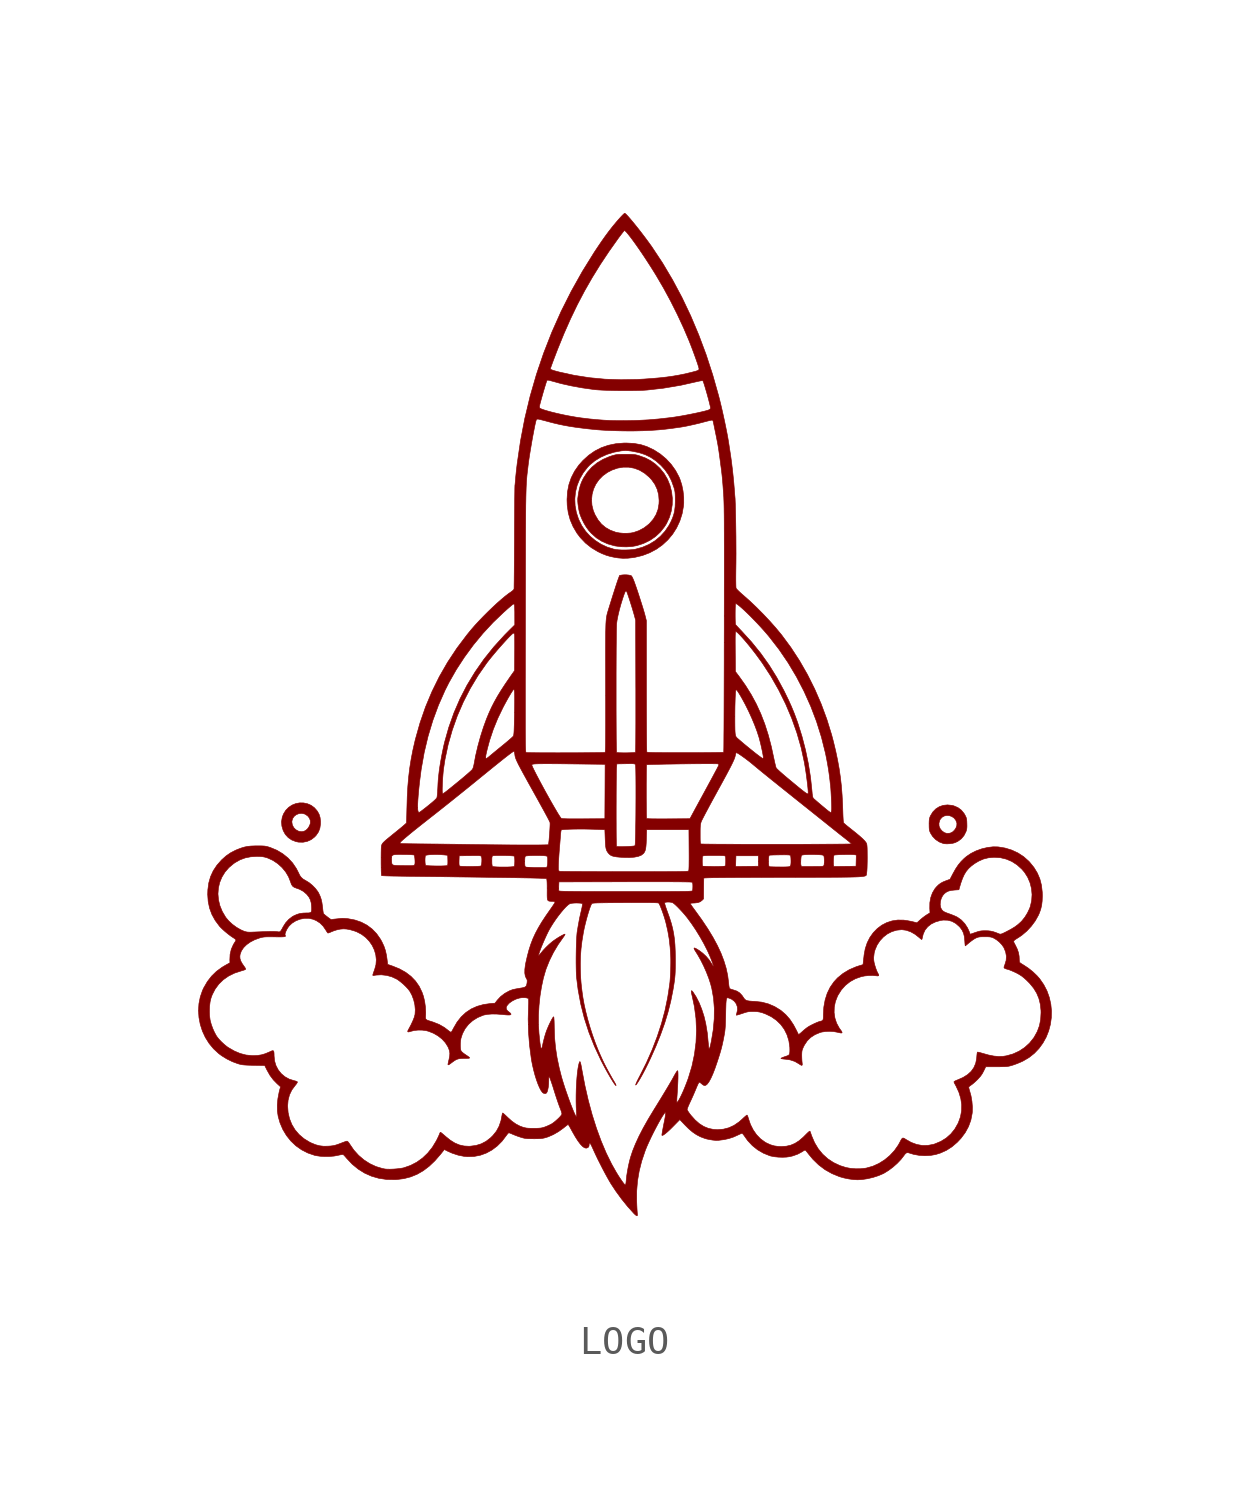
<source format=kicad_sym>
(kicad_symbol_lib
  (version 20220914)
  (generator "bitmap2component")
  (generator_version "9.0")
  (symbol "LOGO"
    (pin_names
      (offset 1.016))
    (property "Reference" "#G"
      (at 0 16.996 0)
      (effects (font (size 1.27 1.27)) hide))
    (symbol "LOGO_0_0"
      (polyline (pts (xy 0.433 -17.625) (xy 0.439 -17.599) (xy 0.434 -17.544) (xy 0.431 -17.51) (xy 0.426 -17.439) (xy 0.421 -17.347) (xy 0.416 -17.24) (xy 0.412 -17.126) (xy 0.411 -17.122) (xy 0.412 -16.757) (xy 0.441 -16.404) (xy 0.5 -16.056) (xy 0.588 -15.706) (xy 0.709 -15.347) (xy 0.721 -15.315) (xy 0.775 -15.182) (xy 0.843 -15.031) (xy 0.918 -14.87) (xy 1 -14.704) (xy 1.085 -14.54) (xy 1.168 -14.385) (xy 1.247 -14.244) (xy 1.319 -14.125) (xy 1.381 -14.033) (xy 1.382 -14.031) (xy 1.406 -14.004) (xy 1.421 -13.999) (xy 1.428 -14.019) (xy 1.426 -14.067) (xy 1.416 -14.144) (xy 1.397 -14.252) (xy 1.368 -14.394) (xy 1.361 -14.431) (xy 1.339 -14.543) (xy 1.321 -14.641) (xy 1.308 -14.72) (xy 1.3 -14.774) (xy 1.299 -14.798) (xy 1.316 -14.805) (xy 1.356 -14.787) (xy 1.416 -14.744) (xy 1.496 -14.677) (xy 1.592 -14.588) (xy 1.704 -14.476) (xy 1.929 -14.247) (xy 2.104 -14.432) (xy 2.235 -14.563) (xy 2.374 -14.682) (xy 2.511 -14.776) (xy 2.654 -14.851) (xy 2.81 -14.91) (xy 2.865 -14.926) (xy 2.975 -14.95) (xy 3.089 -14.968) (xy 3.195 -14.978) (xy 3.278 -14.977) (xy 3.288 -14.976) (xy 3.485 -14.951) (xy 3.657 -14.913) (xy 3.815 -14.861) (xy 3.971 -14.791) (xy 3.98 -14.787) (xy 4.042 -14.758) (xy 4.091 -14.737) (xy 4.118 -14.73) (xy 4.124 -14.732) (xy 4.151 -14.758) (xy 4.188 -14.805) (xy 4.23 -14.865) (xy 4.318 -14.988) (xy 4.48 -15.161) (xy 4.665 -15.309) (xy 4.872 -15.429) (xy 5.096 -15.519) (xy 5.133 -15.529) (xy 5.255 -15.553) (xy 5.395 -15.567) (xy 5.54 -15.572) (xy 5.678 -15.566) (xy 5.794 -15.55) (xy 5.902 -15.524) (xy 6.08 -15.46) (xy 6.228 -15.38) (xy 6.272 -15.351) (xy 6.315 -15.327) (xy 6.337 -15.317) (xy 6.345 -15.322) (xy 6.372 -15.351) (xy 6.412 -15.399) (xy 6.459 -15.46) (xy 6.606 -15.638) (xy 6.811 -15.838) (xy 7.036 -16.008) (xy 7.281 -16.146) (xy 7.545 -16.254) (xy 7.554 -16.257) (xy 7.707 -16.3) (xy 7.873 -16.334) (xy 8.036 -16.356) (xy 8.182 -16.364) (xy 8.338 -16.355) (xy 8.532 -16.326) (xy 8.73 -16.279) (xy 8.919 -16.218) (xy 9.086 -16.146) (xy 9.119 -16.128) (xy 9.272 -16.033) (xy 9.427 -15.917) (xy 9.575 -15.786) (xy 9.705 -15.65) (xy 9.809 -15.516) (xy 9.836 -15.478) (xy 9.878 -15.431) (xy 9.921 -15.411) (xy 9.974 -15.414) (xy 10.048 -15.438) (xy 10.164 -15.472) (xy 10.353 -15.505) (xy 10.551 -15.517) (xy 10.747 -15.507) (xy 10.928 -15.475) (xy 11.095 -15.423) (xy 11.306 -15.328) (xy 11.501 -15.203) (xy 11.687 -15.044) (xy 11.817 -14.906) (xy 11.967 -14.705) (xy 12.083 -14.492) (xy 12.165 -14.268) (xy 12.211 -14.031) (xy 12.216 -13.986) (xy 12.22 -13.802) (xy 12.204 -13.606) (xy 12.171 -13.411) (xy 12.121 -13.231) (xy 12.105 -13.18) (xy 12.094 -13.129) (xy 12.093 -13.101) (xy 12.1 -13.09) (xy 12.133 -13.062) (xy 12.18 -13.029) (xy 12.208 -13.009) (xy 12.265 -12.963) (xy 12.333 -12.902) (xy 12.4 -12.838) (xy 12.431 -12.805) (xy 12.506 -12.72) (xy 12.564 -12.637) (xy 12.615 -12.542) (xy 12.69 -12.388) (xy 13.072 -12.388) (xy 13.142 -12.388) (xy 13.255 -12.387) (xy 13.342 -12.385) (xy 13.41 -12.382) (xy 13.465 -12.376) (xy 13.515 -12.366) (xy 13.567 -12.353) (xy 13.627 -12.335) (xy 13.67 -12.322) (xy 13.775 -12.284) (xy 13.886 -12.239) (xy 13.986 -12.194) (xy 13.999 -12.188) (xy 14.211 -12.064) (xy 14.399 -11.915) (xy 14.562 -11.744) (xy 14.701 -11.553) (xy 14.815 -11.347) (xy 14.902 -11.128) (xy 14.963 -10.899) (xy 14.996 -10.664) (xy 15.002 -10.425) (xy 14.978 -10.186) (xy 14.925 -9.95) (xy 14.843 -9.72) (xy 14.729 -9.5) (xy 14.585 -9.292) (xy 14.488 -9.182) (xy 14.344 -9.045) (xy 14.184 -8.918) (xy 14.022 -8.811) (xy 14.006 -8.802) (xy 13.946 -8.765) (xy 13.902 -8.734) (xy 13.88 -8.716) (xy 13.874 -8.692) (xy 13.869 -8.641) (xy 13.867 -8.576) (xy 13.863 -8.497) (xy 13.841 -8.377) (xy 13.799 -8.252) (xy 13.731 -8.111) (xy 13.72 -8.091) (xy 13.692 -8.039) (xy 13.675 -8.001) (xy 13.673 -7.972) (xy 13.689 -7.946) (xy 13.726 -7.916) (xy 13.786 -7.877) (xy 13.873 -7.822) (xy 13.964 -7.759) (xy 14.136 -7.613) (xy 14.293 -7.443) (xy 14.43 -7.258) (xy 14.538 -7.065) (xy 14.577 -6.978) (xy 14.624 -6.843) (xy 14.656 -6.707) (xy 14.674 -6.557) (xy 14.68 -6.382) (xy 14.677 -6.247) (xy 14.65 -6.006) (xy 14.593 -5.783) (xy 14.505 -5.576) (xy 14.385 -5.379) (xy 14.231 -5.189) (xy 14.197 -5.154) (xy 14.021 -4.998) (xy 13.821 -4.868) (xy 13.601 -4.766) (xy 13.367 -4.695) (xy 13.122 -4.655) (xy 12.95 -4.652) (xy 12.751 -4.676) (xy 12.548 -4.724) (xy 12.351 -4.795) (xy 12.169 -4.886) (xy 12.011 -4.993) (xy 11.931 -5.061) (xy 11.821 -5.17) (xy 11.722 -5.291) (xy 11.628 -5.432) (xy 11.534 -5.601) (xy 11.433 -5.794) (xy 11.302 -5.842) (xy 11.291 -5.846) (xy 11.185 -5.889) (xy 11.102 -5.935) (xy 11.03 -5.989) (xy 10.957 -6.061) (xy 10.903 -6.125) (xy 10.816 -6.27) (xy 10.756 -6.436) (xy 10.723 -6.619) (xy 10.722 -6.681) (xy 11.087 -6.681) (xy 11.095 -6.575) (xy 11.124 -6.469) (xy 11.172 -6.373) (xy 11.236 -6.297) (xy 11.304 -6.246) (xy 11.38 -6.209) (xy 11.472 -6.186) (xy 11.589 -6.173) (xy 11.745 -6.162) (xy 11.768 -6.079) (xy 11.814 -5.925) (xy 11.872 -5.763) (xy 11.934 -5.627) (xy 12.005 -5.512) (xy 12.088 -5.413) (xy 12.186 -5.324) (xy 12.302 -5.238) (xy 12.444 -5.154) (xy 12.608 -5.082) (xy 12.779 -5.039) (xy 12.966 -5.022) (xy 12.988 -5.021) (xy 13.206 -5.035) (xy 13.413 -5.085) (xy 13.608 -5.168) (xy 13.791 -5.286) (xy 13.96 -5.439) (xy 14.056 -5.551) (xy 14.166 -5.726) (xy 14.248 -5.918) (xy 14.299 -6.122) (xy 14.318 -6.331) (xy 14.305 -6.542) (xy 14.258 -6.749) (xy 14.23 -6.826) (xy 14.157 -6.979) (xy 14.066 -7.127) (xy 13.964 -7.254) (xy 13.924 -7.295) (xy 13.824 -7.386) (xy 13.709 -7.471) (xy 13.572 -7.554) (xy 13.407 -7.641) (xy 13.365 -7.662) (xy 13.294 -7.696) (xy 13.245 -7.716) (xy 13.212 -7.724) (xy 13.185 -7.722) (xy 13.159 -7.714) (xy 13.156 -7.712) (xy 13.042 -7.667) (xy 12.949 -7.636) (xy 12.865 -7.617) (xy 12.78 -7.607) (xy 12.682 -7.604) (xy 12.634 -7.604) (xy 12.552 -7.608) (xy 12.483 -7.617) (xy 12.411 -7.636) (xy 12.321 -7.666) (xy 12.143 -7.728) (xy 12.112 -7.643) (xy 12.05 -7.506) (xy 11.952 -7.355) (xy 11.832 -7.228) (xy 11.695 -7.13) (xy 11.673 -7.118) (xy 11.6 -7.084) (xy 11.512 -7.048) (xy 11.424 -7.015) (xy 11.385 -7.002) (xy 11.297 -6.969) (xy 11.234 -6.941) (xy 11.189 -6.912) (xy 11.156 -6.879) (xy 11.127 -6.837) (xy 11.101 -6.778) (xy 11.087 -6.681) (xy 10.722 -6.681) (xy 10.72 -6.814) (xy 10.729 -6.974) (xy 10.618 -7.042) (xy 10.611 -7.046) (xy 10.54 -7.095) (xy 10.46 -7.156) (xy 10.388 -7.217) (xy 10.269 -7.325) (xy 10.137 -7.291) (xy 10.125 -7.288) (xy 10.037 -7.269) (xy 9.935 -7.25) (xy 9.84 -7.236) (xy 9.803 -7.231) (xy 9.595 -7.228) (xy 9.395 -7.258) (xy 9.207 -7.319) (xy 9.032 -7.41) (xy 8.874 -7.529) (xy 8.734 -7.673) (xy 8.615 -7.84) (xy 8.52 -8.028) (xy 8.451 -8.236) (xy 8.41 -8.46) (xy 8.406 -8.502) (xy 8.396 -8.589) (xy 8.387 -8.666) (xy 8.382 -8.718) (xy 8.373 -8.796) (xy 8.214 -8.844) (xy 8.129 -8.872) (xy 7.888 -8.975) (xy 7.671 -9.106) (xy 7.477 -9.264) (xy 7.351 -9.401) (xy 7.218 -9.592) (xy 7.114 -9.805) (xy 7.04 -10.038) (xy 6.994 -10.29) (xy 6.979 -10.559) (xy 6.979 -10.61) (xy 6.976 -10.684) (xy 6.967 -10.732) (xy 6.948 -10.761) (xy 6.917 -10.778) (xy 6.869 -10.79) (xy 6.828 -10.801) (xy 6.753 -10.83) (xy 6.664 -10.869) (xy 6.572 -10.914) (xy 6.487 -10.959) (xy 6.421 -11) (xy 6.417 -11.002) (xy 6.36 -11.046) (xy 6.291 -11.102) (xy 6.226 -11.16) (xy 6.208 -11.177) (xy 6.159 -11.219) (xy 6.122 -11.247) (xy 6.106 -11.254) (xy 6.101 -11.248) (xy 6.083 -11.214) (xy 6.056 -11.159) (xy 6.022 -11.091) (xy 5.928 -10.914) (xy 5.798 -10.718) (xy 5.654 -10.554) (xy 5.495 -10.417) (xy 5.473 -10.4) (xy 5.263 -10.271) (xy 5.043 -10.177) (xy 4.811 -10.116) (xy 4.564 -10.089) (xy 4.472 -10.085) (xy 4.378 -10.077) (xy 4.309 -10.066) (xy 4.259 -10.048) (xy 4.22 -10.021) (xy 4.186 -9.981) (xy 4.15 -9.927) (xy 4.118 -9.88) (xy 4.035 -9.791) (xy 3.938 -9.728) (xy 3.815 -9.686) (xy 3.76 -9.67) (xy 3.708 -9.651) (xy 3.68 -9.636) (xy 3.677 -9.632) (xy 3.666 -9.598) (xy 3.656 -9.539) (xy 3.648 -9.468) (xy 3.645 -9.432) (xy 3.613 -9.178) (xy 3.558 -8.922) (xy 3.479 -8.662) (xy 3.377 -8.395) (xy 3.248 -8.119) (xy 3.093 -7.832) (xy 2.911 -7.532) (xy 2.7 -7.217) (xy 2.459 -6.883) (xy 2.432 -6.847) (xy 2.378 -6.773) (xy 2.335 -6.711) (xy 2.306 -6.667) (xy 2.296 -6.647) (xy 2.306 -6.64) (xy 2.345 -6.633) (xy 2.401 -6.63) (xy 2.455 -6.628) (xy 2.562 -6.615) (xy 2.644 -6.586) (xy 2.707 -6.539) (xy 2.764 -6.482) (xy 2.767 -6.129) (xy 2.767 -6.122) (xy 2.768 -6.012) (xy 2.769 -5.913) (xy 2.77 -5.834) (xy 2.771 -5.779) (xy 2.772 -5.754) (xy 2.776 -5.752) (xy 2.797 -5.749) (xy 2.836 -5.746) (xy 2.894 -5.744) (xy 2.972 -5.741) (xy 3.073 -5.739) (xy 3.196 -5.737) (xy 3.345 -5.736) (xy 3.519 -5.734) (xy 3.721 -5.733) (xy 3.951 -5.731) (xy 4.211 -5.73) (xy 4.503 -5.729) (xy 4.827 -5.728) (xy 5.186 -5.727) (xy 5.579 -5.726) (xy 5.907 -5.726) (xy 6.26 -5.725) (xy 6.578 -5.725) (xy 6.865 -5.724) (xy 7.122 -5.724) (xy 7.35 -5.723) (xy 7.552 -5.722) (xy 7.728 -5.72) (xy 7.88 -5.718) (xy 8.011 -5.715) (xy 8.122 -5.712) (xy 8.214 -5.708) (xy 8.29 -5.703) (xy 8.351 -5.697) (xy 8.398 -5.69) (xy 8.434 -5.682) (xy 8.459 -5.673) (xy 8.477 -5.662) (xy 8.488 -5.65) (xy 8.493 -5.636) (xy 8.496 -5.621) (xy 8.497 -5.604) (xy 8.498 -5.585) (xy 8.502 -5.565) (xy 8.504 -5.549) (xy 8.51 -5.489) (xy 8.515 -5.401) (xy 8.518 -5.291) (xy 8.521 -5.165) (xy 8.522 -5.029) (xy 8.521 -4.911) (xy 8.52 -4.792) (xy 8.518 -4.702) (xy 8.514 -4.635) (xy 8.509 -4.586) (xy 8.502 -4.551) (xy 8.492 -4.526) (xy 8.476 -4.498) (xy 8.429 -4.439) (xy 8.356 -4.365) (xy 8.255 -4.275) (xy 8.126 -4.167) (xy 7.967 -4.04) (xy 7.89 -3.979) (xy 7.813 -3.917) (xy 7.751 -3.865) (xy 7.708 -3.827) (xy 7.689 -3.807) (xy 7.685 -3.794) (xy 7.679 -3.748) (xy 7.674 -3.676) (xy 7.669 -3.585) (xy 7.665 -3.483) (xy 7.655 -3.171) (xy 7.637 -2.831) (xy 7.612 -2.512) (xy 7.577 -2.206) (xy 7.534 -1.907) (xy 7.479 -1.605) (xy 7.414 -1.294) (xy 7.335 -0.964) (xy 7.269 -0.714) (xy 7.1 -0.167) (xy 6.901 0.372) (xy 6.673 0.897) (xy 6.418 1.407) (xy 6.137 1.897) (xy 5.833 2.363) (xy 5.508 2.802) (xy 5.495 2.818) (xy 5.303 3.05) (xy 5.088 3.292) (xy 4.86 3.534) (xy 4.626 3.77) (xy 4.394 3.99) (xy 4.172 4.187) (xy 4.108 4.242) (xy 4.033 4.31) (xy 3.972 4.369) (xy 3.929 4.415) (xy 3.909 4.442) (xy 3.906 4.455) (xy 3.902 4.506) (xy 3.9 4.593) (xy 3.898 4.714) (xy 3.898 4.868) (xy 3.9 5.054) (xy 3.903 5.271) (xy 3.904 5.33) (xy 3.905 5.489) (xy 3.906 5.665) (xy 3.905 5.855) (xy 3.904 6.055) (xy 3.903 6.261) (xy 3.9 6.467) (xy 3.897 6.671) (xy 3.894 6.867) (xy 3.89 7.053) (xy 3.886 7.222) (xy 3.882 7.371) (xy 3.877 7.497) (xy 3.873 7.594) (xy 3.868 7.659) (xy 3.866 7.675) (xy 3.861 7.734) (xy 3.855 7.813) (xy 3.849 7.897) (xy 3.846 7.934) (xy 3.838 8.027) (xy 3.829 8.139) (xy 3.817 8.261) (xy 3.805 8.383) (xy 3.793 8.496) (xy 3.783 8.591) (xy 3.775 8.659) (xy 3.771 8.691) (xy 3.763 8.755) (xy 3.755 8.825) (xy 3.752 8.848) (xy 3.743 8.919) (xy 3.73 9.013) (xy 3.715 9.119) (xy 3.698 9.229) (xy 3.689 9.288) (xy 3.673 9.389) (xy 3.66 9.478) (xy 3.649 9.547) (xy 3.643 9.587) (xy 3.637 9.624) (xy 3.614 9.761) (xy 3.583 9.923) (xy 3.547 10.104) (xy 3.507 10.298) (xy 3.464 10.497) (xy 3.42 10.694) (xy 3.376 10.882) (xy 3.334 11.054) (xy 3.291 11.222) (xy 3.085 11.951) (xy 2.853 12.662) (xy 2.595 13.352) (xy 2.313 14.021) (xy 2.006 14.667) (xy 1.675 15.287) (xy 1.323 15.881) (xy 0.948 16.447) (xy 0.871 16.555) (xy 0.774 16.688) (xy 0.673 16.823) (xy 0.57 16.958) (xy 0.467 17.09) (xy 0.368 17.214) (xy 0.275 17.328) (xy 0.191 17.428) (xy 0.118 17.512) (xy 0.059 17.576) (xy 0.016 17.617) (xy -0.007 17.631) (xy -0.013 17.63) (xy -0.043 17.607) (xy -0.091 17.56) (xy -0.155 17.493) (xy -0.231 17.408) (xy -0.316 17.309) (xy -0.407 17.2) (xy -0.44 17.159) (xy -0.566 16.998) (xy -0.696 16.822) (xy -0.835 16.625) (xy -0.986 16.401) (xy -1.076 16.266) (xy -1.5 15.583) (xy -1.891 14.885) (xy -2.249 14.173) (xy -2.572 13.448) (xy -2.861 12.709) (xy -3.048 12.159) (xy -2.626 12.159) (xy -2.625 12.164) (xy -2.613 12.199) (xy -2.591 12.261) (xy -2.561 12.344) (xy -2.524 12.444) (xy -2.482 12.555) (xy -2.369 12.849) (xy -2.146 13.397) (xy -1.916 13.917) (xy -1.677 14.414) (xy -1.424 14.895) (xy -1.156 15.364) (xy -0.869 15.829) (xy -0.56 16.293) (xy -0.226 16.764) (xy -0.171 16.837) (xy -0.114 16.912) (xy -0.067 16.972) (xy -0.034 17.011) (xy -0.019 17.025) (xy -0.018 17.025) (xy 0.01 17.008) (xy 0.056 16.962) (xy 0.116 16.89) (xy 0.19 16.796) (xy 0.276 16.681) (xy 0.372 16.549) (xy 0.475 16.402) (xy 0.584 16.243) (xy 0.697 16.074) (xy 0.812 15.898) (xy 0.927 15.719) (xy 1.041 15.537) (xy 1.103 15.436) (xy 1.359 14.998) (xy 1.607 14.54) (xy 1.842 14.072) (xy 2.059 13.606) (xy 2.253 13.152) (xy 2.253 13.151) (xy 2.3 13.033) (xy 2.349 12.906) (xy 2.399 12.773) (xy 2.447 12.642) (xy 2.492 12.517) (xy 2.532 12.403) (xy 2.564 12.308) (xy 2.587 12.235) (xy 2.599 12.191) (xy 2.604 12.162) (xy 2.602 12.137) (xy 2.589 12.118) (xy 2.559 12.101) (xy 2.508 12.082) (xy 2.431 12.061) (xy 2.323 12.033) (xy 2.302 12.028) (xy 2.097 11.979) (xy 1.893 11.938) (xy 1.684 11.902) (xy 1.463 11.871) (xy 1.225 11.844) (xy 0.963 11.821) (xy 0.67 11.8) (xy 0.44 11.787) (xy -0.14 11.776) (xy -0.702 11.796) (xy -1.25 11.848) (xy -1.785 11.932) (xy -2.31 12.047) (xy -2.416 12.075) (xy -2.512 12.102) (xy -2.577 12.125) (xy -2.615 12.143) (xy -2.626 12.159) (xy -3.048 12.159) (xy -3.116 11.957) (xy -3.337 11.192) (xy -3.429 10.805) (xy -3.01 10.805) (xy -3.006 10.851) (xy -3.004 10.861) (xy -2.992 10.913) (xy -2.972 10.989) (xy -2.947 11.082) (xy -2.917 11.188) (xy -2.886 11.299) (xy -2.853 11.41) (xy -2.822 11.515) (xy -2.793 11.608) (xy -2.769 11.683) (xy -2.751 11.735) (xy -2.741 11.757) (xy -2.715 11.763) (xy -2.658 11.754) (xy -2.569 11.729) (xy -2.567 11.729) (xy -2.239 11.639) (xy -1.88 11.559) (xy -1.494 11.489) (xy -1.084 11.431) (xy -1.037 11.426) (xy -0.917 11.417) (xy -0.77 11.409) (xy -0.602 11.403) (xy -0.418 11.398) (xy -0.225 11.395) (xy -0.029 11.393) (xy 0.164 11.394) (xy 0.348 11.396) (xy 0.516 11.4) (xy 0.662 11.406) (xy 0.78 11.414) (xy 1.353 11.479) (xy 1.968 11.583) (xy 2.578 11.72) (xy 2.583 11.721) (xy 2.659 11.737) (xy 2.714 11.744) (xy 2.74 11.739) (xy 2.749 11.722) (xy 2.768 11.672) (xy 2.792 11.598) (xy 2.821 11.504) (xy 2.852 11.398) (xy 2.885 11.284) (xy 2.917 11.168) (xy 2.947 11.056) (xy 2.973 10.955) (xy 2.993 10.87) (xy 3.007 10.806) (xy 3.012 10.77) (xy 3.01 10.764) (xy 2.986 10.738) (xy 2.943 10.713) (xy 2.892 10.696) (xy 2.81 10.674) (xy 2.702 10.648) (xy 2.575 10.619) (xy 2.434 10.589) (xy 2.285 10.559) (xy 2.135 10.53) (xy 1.987 10.503) (xy 1.849 10.48) (xy 1.726 10.461) (xy 1.585 10.442) (xy 1.2 10.398) (xy 0.831 10.366) (xy 0.487 10.348) (xy 0.36 10.343) (xy 0.056 10.337) (xy -0.224 10.336) (xy -0.486 10.341) (xy -0.741 10.354) (xy -0.995 10.373) (xy -1.258 10.399) (xy -1.537 10.433) (xy -1.685 10.454) (xy -1.861 10.484) (xy -2.045 10.518) (xy -2.229 10.556) (xy -2.409 10.597) (xy -2.577 10.638) (xy -2.727 10.679) (xy -2.853 10.717) (xy -2.949 10.752) (xy -2.965 10.76) (xy -3 10.779) (xy -3.01 10.805) (xy -3.429 10.805) (xy -3.523 10.415) (xy -3.674 9.626) (xy -3.791 8.825) (xy -3.805 8.706) (xy -3.82 8.58) (xy -3.832 8.463) (xy -3.842 8.364) (xy -3.848 8.292) (xy -3.85 8.264) (xy -3.857 8.182) (xy -3.864 8.111) (xy -3.87 8.063) (xy -3.871 8.057) (xy -3.872 8.017) (xy -3.874 7.943) (xy -3.875 7.84) (xy -3.877 7.708) (xy -3.879 7.551) (xy -3.88 7.372) (xy -3.882 7.172) (xy -3.883 6.955) (xy -3.885 6.723) (xy -3.886 6.479) (xy -3.887 6.226) (xy -3.887 6.128) (xy -3.889 5.878) (xy -3.89 5.64) (xy -3.891 5.415) (xy -3.893 5.207) (xy -3.894 5.017) (xy -3.896 4.848) (xy -3.897 4.704) (xy -3.899 4.585) (xy -3.9 4.496) (xy -3.901 4.438) (xy -3.903 4.414) (xy -3.916 4.391) (xy -3.955 4.353) (xy -4.008 4.313) (xy -4.093 4.255) (xy -4.215 4.161) (xy -4.352 4.046) (xy -4.501 3.915) (xy -4.657 3.77) (xy -4.816 3.617) (xy -4.975 3.458) (xy -5.128 3.299) (xy -5.272 3.143) (xy -5.402 2.994) (xy -5.557 2.804) (xy -5.913 2.332) (xy -6.237 1.842) (xy -6.529 1.334) (xy -6.788 0.808) (xy -7.015 0.266) (xy -7.209 -0.295) (xy -7.372 -0.872) (xy -7.386 -0.93) (xy -7.46 -1.253) (xy -7.521 -1.567) (xy -7.571 -1.881) (xy -7.609 -2.2) (xy -7.638 -2.533) (xy -7.658 -2.887) (xy -7.669 -3.269) (xy -7.669 -3.281) (xy -7.292 -3.281) (xy -7.292 -3.169) (xy -7.285 -3.025) (xy -7.272 -2.847) (xy -7.253 -2.635) (xy -7.227 -2.388) (xy -7.167 -1.924) (xy -7.062 -1.334) (xy -6.926 -0.763) (xy -6.759 -0.209) (xy -6.561 0.328) (xy -6.331 0.849) (xy -6.189 1.13) (xy -5.933 1.58) (xy -5.646 2.02) (xy -5.333 2.447) (xy -4.995 2.856) (xy -4.638 3.241) (xy -4.264 3.599) (xy -4.228 3.63) (xy -4.13 3.719) (xy -4.053 3.785) (xy -3.997 3.833) (xy -3.957 3.865) (xy -3.93 3.882) (xy -3.912 3.887) (xy -3.9 3.883) (xy -3.892 3.873) (xy -3.892 3.873) (xy -3.887 3.847) (xy -3.882 3.79) (xy -3.879 3.71) (xy -3.876 3.611) (xy -3.876 3.501) (xy -3.875 3.154) (xy -4.064 2.968) (xy -4.232 2.798) (xy -4.613 2.379) (xy -4.96 1.946) (xy -5.273 1.497) (xy -5.554 1.034) (xy -5.801 0.555) (xy -6.015 0.06) (xy -6.197 -0.452) (xy -6.346 -0.979) (xy -6.38 -1.127) (xy -6.416 -1.295) (xy -6.451 -1.473) (xy -6.483 -1.652) (xy -6.511 -1.823) (xy -6.533 -1.976) (xy -6.548 -2.103) (xy -6.555 -2.172) (xy -6.562 -2.24) (xy -6.567 -2.287) (xy -6.568 -2.295) (xy -6.571 -2.343) (xy -6.576 -2.417) (xy -6.58 -2.508) (xy -6.585 -2.608) (xy -6.587 -2.641) (xy -6.588 -2.661) (xy -6.428 -2.661) (xy -6.427 -2.572) (xy -6.423 -2.467) (xy -6.418 -2.352) (xy -6.411 -2.233) (xy -6.402 -2.117) (xy -6.393 -2.01) (xy -6.383 -1.919) (xy -6.331 -1.581) (xy -6.221 -1.061) (xy -6.076 -0.549) (xy -5.898 -0.047) (xy -5.686 0.442) (xy -5.443 0.916) (xy -5.169 1.373) (xy -4.865 1.809) (xy -4.858 1.819) (xy -4.783 1.916) (xy -4.697 2.023) (xy -4.603 2.136) (xy -4.505 2.252) (xy -4.405 2.367) (xy -4.306 2.478) (xy -4.212 2.582) (xy -4.126 2.675) (xy -4.051 2.753) (xy -3.989 2.813) (xy -3.945 2.852) (xy -3.92 2.865) (xy -3.902 2.856) (xy -3.884 2.824) (xy -3.882 2.808) (xy -3.88 2.757) (xy -3.879 2.678) (xy -3.878 2.574) (xy -3.878 2.451) (xy -3.878 2.312) (xy -3.879 2.164) (xy -3.884 1.545) (xy -4.018 1.356) (xy -4.056 1.301) (xy -4.219 1.062) (xy -4.362 0.843) (xy -4.487 0.638) (xy -4.596 0.443) (xy -4.694 0.251) (xy -4.782 0.058) (xy -4.865 -0.142) (xy -4.866 -0.143) (xy -4.976 -0.444) (xy -5.079 -0.767) (xy -5.171 -1.099) (xy -5.248 -1.426) (xy -5.261 -1.491) (xy -4.9 -1.491) (xy -4.891 -1.424) (xy -4.87 -1.326) (xy -4.839 -1.196) (xy -4.76 -0.904) (xy -4.632 -0.521) (xy -4.477 -0.14) (xy -4.29 0.248) (xy -4.247 0.33) (xy -4.182 0.45) (xy -4.119 0.564) (xy -4.059 0.667) (xy -4.007 0.754) (xy -3.963 0.822) (xy -3.931 0.866) (xy -3.913 0.882) (xy -3.906 0.88) (xy -3.897 0.867) (xy -3.89 0.841) (xy -3.885 0.799) (xy -3.882 0.737) (xy -3.88 0.652) (xy -3.879 0.542) (xy -3.88 0.404) (xy -3.882 0.235) (xy -3.885 0.078) (xy -3.506 0.078) (xy -3.506 0.319) (xy -3.506 0.585) (xy -3.506 0.879) (xy -3.506 1.202) (xy -3.505 1.554) (xy -3.505 1.938) (xy -3.504 2.355) (xy -3.503 2.806) (xy -3.503 3.292) (xy -3.502 3.339) (xy -3.502 3.826) (xy -3.501 4.278) (xy -3.5 4.696) (xy -3.5 5.082) (xy -3.499 5.438) (xy -3.498 5.765) (xy -3.498 6.064) (xy -3.497 6.338) (xy -3.495 6.587) (xy -3.494 6.812) (xy -3.493 7.017) (xy -3.491 7.201) (xy -3.49 7.367) (xy -3.487 7.517) (xy -3.485 7.651) (xy -3.482 7.771) (xy -3.479 7.878) (xy -3.476 7.975) (xy -3.472 8.063) (xy -3.468 8.142) (xy -3.463 8.216) (xy -3.458 8.284) (xy -3.453 8.35) (xy -3.447 8.414) (xy -3.44 8.477) (xy -3.433 8.542) (xy -3.425 8.609) (xy -3.416 8.681) (xy -3.407 8.759) (xy -3.407 8.76) (xy -3.393 8.869) (xy -3.375 8.998) (xy -3.353 9.141) (xy -3.328 9.295) (xy -3.301 9.454) (xy -3.274 9.613) (xy -3.246 9.769) (xy -3.218 9.916) (xy -3.192 10.051) (xy -3.169 10.167) (xy -3.148 10.261) (xy -3.131 10.328) (xy -3.119 10.363) (xy -3.105 10.38) (xy -3.071 10.395) (xy -3.071 10.395) (xy -3.042 10.39) (xy -2.985 10.377) (xy -2.905 10.357) (xy -2.808 10.332) (xy -2.7 10.303) (xy -2.691 10.3) (xy -2.501 10.251) (xy -2.317 10.208) (xy -2.133 10.17) (xy -1.943 10.136) (xy -1.741 10.105) (xy -1.521 10.076) (xy -1.276 10.047) (xy -1.001 10.019) (xy -0.973 10.017) (xy -0.832 10.006) (xy -0.665 9.996) (xy -0.479 9.988) (xy -0.284 9.982) (xy -0.088 9.977) (xy 0.102 9.975) (xy 0.276 9.975) (xy 0.366 9.976) (xy 0.651 9.983) (xy 0.915 9.995) (xy 1.167 10.012) (xy 1.421 10.037) (xy 1.686 10.07) (xy 1.974 10.111) (xy 2.055 10.125) (xy 2.177 10.148) (xy 2.316 10.178) (xy 2.463 10.211) (xy 2.606 10.245) (xy 2.736 10.279) (xy 2.821 10.301) (xy 2.918 10.326) (xy 2.989 10.343) (xy 3.036 10.353) (xy 3.066 10.355) (xy 3.083 10.352) (xy 3.092 10.344) (xy 3.098 10.324) (xy 3.11 10.274) (xy 3.126 10.199) (xy 3.145 10.106) (xy 3.167 10) (xy 3.19 9.888) (xy 3.213 9.776) (xy 3.234 9.669) (xy 3.252 9.573) (xy 3.267 9.495) (xy 3.276 9.44) (xy 3.286 9.38) (xy 3.295 9.321) (xy 3.3 9.289) (xy 3.309 9.226) (xy 3.321 9.14) (xy 3.335 9.037) (xy 3.35 8.926) (xy 3.354 8.898) (xy 3.373 8.748) (xy 3.39 8.624) (xy 3.403 8.516) (xy 3.414 8.417) (xy 3.424 8.321) (xy 3.433 8.218) (xy 3.443 8.101) (xy 3.453 7.963) (xy 3.465 7.796) (xy 3.466 7.786) (xy 3.47 7.736) (xy 3.473 7.684) (xy 3.476 7.628) (xy 3.478 7.568) (xy 3.481 7.502) (xy 3.483 7.427) (xy 3.485 7.344) (xy 3.487 7.249) (xy 3.488 7.143) (xy 3.49 7.022) (xy 3.491 6.886) (xy 3.492 6.733) (xy 3.492 6.561) (xy 3.493 6.37) (xy 3.493 6.157) (xy 3.494 5.921) (xy 3.494 5.66) (xy 3.494 5.374) (xy 3.494 5.059) (xy 3.494 4.716) (xy 3.493 4.342) (xy 3.493 3.936) (xy 3.492 3.496) (xy 3.492 3.467) (xy 3.876 3.467) (xy 3.876 3.568) (xy 3.877 3.667) (xy 3.879 3.757) (xy 3.882 3.83) (xy 3.887 3.881) (xy 3.892 3.902) (xy 3.913 3.898) (xy 3.958 3.871) (xy 4.022 3.821) (xy 4.102 3.752) (xy 4.196 3.667) (xy 4.3 3.568) (xy 4.412 3.458) (xy 4.528 3.339) (xy 4.647 3.216) (xy 4.765 3.089) (xy 4.879 2.963) (xy 4.986 2.84) (xy 5.075 2.734) (xy 5.42 2.289) (xy 5.74 1.819) (xy 6.033 1.327) (xy 6.298 0.817) (xy 6.534 0.291) (xy 6.739 -0.248) (xy 6.911 -0.797) (xy 7.05 -1.353) (xy 7.06 -1.398) (xy 7.098 -1.589) (xy 7.134 -1.788) (xy 7.166 -1.984) (xy 7.191 -2.166) (xy 7.21 -2.323) (xy 7.217 -2.392) (xy 7.224 -2.451) (xy 7.229 -2.486) (xy 7.232 -2.517) (xy 7.238 -2.582) (xy 7.244 -2.671) (xy 7.25 -2.776) (xy 7.256 -2.89) (xy 7.261 -3.005) (xy 7.266 -3.114) (xy 7.269 -3.209) (xy 7.27 -3.285) (xy 7.27 -3.332) (xy 7.265 -3.381) (xy 7.256 -3.426) (xy 7.245 -3.446) (xy 7.234 -3.444) (xy 7.199 -3.425) (xy 7.153 -3.392) (xy 7.146 -3.387) (xy 7.08 -3.333) (xy 7.003 -3.269) (xy 6.92 -3.2) (xy 6.838 -3.131) (xy 6.762 -3.066) (xy 6.698 -3.01) (xy 6.65 -2.968) (xy 6.626 -2.945) (xy 6.621 -2.938) (xy 6.607 -2.907) (xy 6.596 -2.856) (xy 6.585 -2.779) (xy 6.576 -2.671) (xy 6.575 -2.665) (xy 6.526 -2.204) (xy 6.45 -1.728) (xy 6.35 -1.248) (xy 6.227 -0.773) (xy 6.083 -0.311) (xy 6.047 -0.209) (xy 5.956 0.037) (xy 5.856 0.28) (xy 5.742 0.531) (xy 5.611 0.8) (xy 5.59 0.843) (xy 5.339 1.305) (xy 5.069 1.74) (xy 4.774 2.154) (xy 4.451 2.553) (xy 4.096 2.943) (xy 4.062 2.978) (xy 3.998 3.046) (xy 3.944 3.104) (xy 3.906 3.145) (xy 3.889 3.165) (xy 3.886 3.175) (xy 3.882 3.217) (xy 3.879 3.285) (xy 3.877 3.37) (xy 3.876 3.467) (xy 3.492 3.467) (xy 3.492 3.021) (xy 3.491 2.686) (xy 3.491 2.542) (xy 3.877 2.542) (xy 3.877 2.662) (xy 3.878 2.754) (xy 3.88 2.822) (xy 3.883 2.87) (xy 3.888 2.9) (xy 3.893 2.916) (xy 3.9 2.92) (xy 3.925 2.908) (xy 3.97 2.87) (xy 4.033 2.808) (xy 4.11 2.725) (xy 4.199 2.625) (xy 4.296 2.511) (xy 4.399 2.385) (xy 4.505 2.251) (xy 4.612 2.112) (xy 4.833 1.808) (xy 5.134 1.345) (xy 5.407 0.865) (xy 5.652 0.371) (xy 5.866 -0.134) (xy 6.048 -0.647) (xy 6.196 -1.163) (xy 6.309 -1.681) (xy 6.316 -1.72) (xy 6.338 -1.854) (xy 6.361 -2.001) (xy 6.383 -2.152) (xy 6.402 -2.303) (xy 6.42 -2.445) (xy 6.433 -2.571) (xy 6.442 -2.675) (xy 6.446 -2.75) (xy 6.445 -2.768) (xy 6.441 -2.783) (xy 6.431 -2.789) (xy 6.414 -2.787) (xy 6.386 -2.773) (xy 6.346 -2.747) (xy 6.291 -2.706) (xy 6.219 -2.65) (xy 6.128 -2.577) (xy 6.015 -2.484) (xy 5.879 -2.371) (xy 5.717 -2.237) (xy 5.626 -2.16) (xy 5.532 -2.079) (xy 5.45 -2.007) (xy 5.385 -1.946) (xy 5.34 -1.902) (xy 5.319 -1.877) (xy 5.312 -1.86) (xy 5.297 -1.808) (xy 5.278 -1.73) (xy 5.257 -1.637) (xy 5.235 -1.534) (xy 5.148 -1.13) (xy 5.04 -0.719) (xy 4.917 -0.335) (xy 4.777 0.027) (xy 4.619 0.371) (xy 4.44 0.702) (xy 4.24 1.023) (xy 4.015 1.34) (xy 3.884 1.513) (xy 3.879 2.217) (xy 3.878 2.392) (xy 3.877 2.542) (xy 3.491 2.542) (xy 3.49 2.298) (xy 3.49 1.92) (xy 3.489 1.556) (xy 3.488 1.205) (xy 3.487 0.87) (xy 3.486 0.553) (xy 3.485 0.255) (xy 3.484 -0.023) (xy 3.484 -0.059) (xy 3.865 -0.059) (xy 3.866 0.114) (xy 3.868 0.279) (xy 3.872 0.43) (xy 3.876 0.566) (xy 3.881 0.68) (xy 3.887 0.77) (xy 3.893 0.831) (xy 3.9 0.859) (xy 3.905 0.865) (xy 3.919 0.867) (xy 3.94 0.85) (xy 3.969 0.81) (xy 4.011 0.746) (xy 4.068 0.652) (xy 4.108 0.582) (xy 4.229 0.36) (xy 4.347 0.123) (xy 4.458 -0.12) (xy 4.559 -0.361) (xy 4.645 -0.59) (xy 4.713 -0.799) (xy 4.73 -0.862) (xy 4.757 -0.965) (xy 4.784 -1.077) (xy 4.809 -1.19) (xy 4.832 -1.296) (xy 4.85 -1.39) (xy 4.862 -1.463) (xy 4.867 -1.508) (xy 4.863 -1.527) (xy 4.844 -1.542) (xy 4.843 -1.542) (xy 4.816 -1.528) (xy 4.766 -1.493) (xy 4.696 -1.441) (xy 4.609 -1.375) (xy 4.51 -1.296) (xy 4.402 -1.209) (xy 4.289 -1.117) (xy 4.174 -1.022) (xy 4.063 -0.927) (xy 3.957 -0.836) (xy 3.942 -0.822) (xy 3.918 -0.796) (xy 3.9 -0.768) (xy 3.887 -0.731) (xy 3.878 -0.681) (xy 3.872 -0.614) (xy 3.868 -0.524) (xy 3.866 -0.406) (xy 3.865 -0.257) (xy 3.865 -0.237) (xy 3.865 -0.059) (xy 3.484 -0.059) (xy 3.483 -0.279) (xy 3.482 -0.51) (xy 3.48 -0.716) (xy 3.479 -0.895) (xy 3.478 -1.045) (xy 3.477 -1.165) (xy 3.475 -1.253) (xy 3.474 -1.308) (xy 3.473 -1.327) (xy 3.456 -1.329) (xy 3.405 -1.331) (xy 3.323 -1.333) (xy 3.213 -1.335) (xy 3.078 -1.337) (xy 2.92 -1.338) (xy 2.742 -1.34) (xy 2.548 -1.341) (xy 2.34 -1.341) (xy 2.122 -1.341) (xy 2.002 -1.341) (xy 1.754 -1.341) (xy 1.54 -1.341) (xy 1.358 -1.34) (xy 1.205 -1.339) (xy 1.079 -1.338) (xy 0.978 -1.336) (xy 0.899 -1.333) (xy 0.841 -1.331) (xy 0.801 -1.327) (xy 0.778 -1.323) (xy 0.768 -1.318) (xy 0.767 -1.298) (xy 0.765 -1.243) (xy 0.763 -1.156) (xy 0.761 -1.039) (xy 0.76 -0.893) (xy 0.758 -0.723) (xy 0.757 -0.529) (xy 0.756 -0.313) (xy 0.755 -0.079) (xy 0.754 0.172) (xy 0.754 0.438) (xy 0.753 0.715) (xy 0.753 1.003) (xy 0.753 3.301) (xy 0.707 3.483) (xy 0.693 3.536) (xy 0.663 3.64) (xy 0.625 3.767) (xy 0.58 3.909) (xy 0.532 4.06) (xy 0.483 4.213) (xy 0.435 4.359) (xy 0.389 4.493) (xy 0.349 4.606) (xy 0.318 4.692) (xy 0.301 4.734) (xy 0.271 4.802) (xy 0.244 4.853) (xy 0.226 4.879) (xy 0.195 4.893) (xy 0.133 4.906) (xy 0.056 4.914) (xy -0.025 4.915) (xy -0.099 4.909) (xy -0.189 4.894) (xy -0.234 4.775) (xy -0.237 4.768) (xy -0.259 4.705) (xy -0.29 4.613) (xy -0.328 4.497) (xy -0.371 4.362) (xy -0.419 4.213) (xy -0.469 4.054) (xy -0.519 3.893) (xy -0.569 3.732) (xy -0.584 3.682) (xy -0.599 3.633) (xy -0.613 3.588) (xy -0.625 3.545) (xy -0.635 3.501) (xy -0.644 3.454) (xy -0.652 3.402) (xy -0.659 3.343) (xy -0.665 3.275) (xy -0.67 3.195) (xy -0.673 3.102) (xy -0.676 2.994) (xy -0.679 2.868) (xy -0.68 2.722) (xy -0.681 2.554) (xy -0.682 2.362) (xy -0.682 2.144) (xy -0.682 1.898) (xy -0.681 1.621) (xy -0.681 1.312) (xy -0.68 0.969) (xy -0.68 0.725) (xy -0.68 0.665) (xy -0.312 0.665) (xy -0.312 0.916) (xy -0.312 1.166) (xy -0.312 1.415) (xy -0.311 1.657) (xy -0.31 1.893) (xy -0.309 2.117) (xy -0.308 2.328) (xy -0.306 2.523) (xy -0.305 2.7) (xy -0.303 2.855) (xy -0.301 2.985) (xy -0.298 3.089) (xy -0.296 3.163) (xy -0.293 3.205) (xy -0.279 3.31) (xy -0.246 3.479) (xy -0.201 3.668) (xy -0.146 3.87) (xy -0.082 4.077) (xy -0.045 4.187) (xy -0.016 4.267) (xy 0.007 4.318) (xy 0.026 4.344) (xy 0.042 4.348) (xy 0.057 4.332) (xy 0.07 4.304) (xy 0.091 4.247) (xy 0.119 4.166) (xy 0.152 4.068) (xy 0.187 3.959) (xy 0.223 3.845) (xy 0.258 3.732) (xy 0.289 3.627) (xy 0.316 3.535) (xy 0.376 3.315) (xy 0.381 1.002) (xy 0.382 0.888) (xy 0.382 0.569) (xy 0.382 0.269) (xy 0.382 -0.011) (xy 0.382 -0.268) (xy 0.381 -0.501) (xy 0.38 -0.709) (xy 0.379 -0.889) (xy 0.378 -1.041) (xy 0.376 -1.162) (xy 0.374 -1.251) (xy 0.372 -1.307) (xy 0.37 -1.327) (xy 0.35 -1.333) (xy 0.3 -1.338) (xy 0.227 -1.342) (xy 0.139 -1.345) (xy 0.043 -1.347) (xy -0.053 -1.347) (xy -0.143 -1.345) (xy -0.218 -1.343) (xy -0.271 -1.338) (xy -0.295 -1.332) (xy -0.296 -1.328) (xy -0.298 -1.293) (xy -0.301 -1.225) (xy -0.303 -1.127) (xy -0.305 -1.001) (xy -0.307 -0.851) (xy -0.308 -0.679) (xy -0.309 -0.487) (xy -0.31 -0.279) (xy -0.311 -0.057) (xy -0.312 0.176) (xy -0.312 0.418) (xy -0.312 0.665) (xy -0.68 0.665) (xy -0.679 0.404) (xy -0.679 0.117) (xy -0.679 -0.138) (xy -0.679 -0.362) (xy -0.68 -0.558) (xy -0.681 -0.727) (xy -0.682 -0.871) (xy -0.683 -0.992) (xy -0.684 -1.091) (xy -0.686 -1.171) (xy -0.689 -1.232) (xy -0.691 -1.277) (xy -0.694 -1.308) (xy -0.697 -1.325) (xy -0.701 -1.332) (xy -0.718 -1.333) (xy -0.768 -1.335) (xy -0.85 -1.337) (xy -0.958 -1.339) (xy -1.089 -1.34) (xy -1.24 -1.342) (xy -1.407 -1.343) (xy -1.587 -1.344) (xy -1.776 -1.345) (xy -1.97 -1.345) (xy -2.167 -1.345) (xy -2.362 -1.346) (xy -2.553 -1.345) (xy -2.735 -1.345) (xy -2.904 -1.345) (xy -3.059 -1.344) (xy -3.194 -1.343) (xy -3.306 -1.342) (xy -3.393 -1.34) (xy -3.45 -1.338) (xy -3.473 -1.336) (xy -3.475 -1.336) (xy -3.478 -1.334) (xy -3.482 -1.33) (xy -3.485 -1.323) (xy -3.488 -1.311) (xy -3.491 -1.294) (xy -3.493 -1.269) (xy -3.495 -1.236) (xy -3.497 -1.193) (xy -3.499 -1.138) (xy -3.501 -1.071) (xy -3.502 -0.99) (xy -3.503 -0.894) (xy -3.504 -0.781) (xy -3.505 -0.651) (xy -3.506 -0.501) (xy -3.506 -0.33) (xy -3.506 -0.138) (xy -3.506 0.078) (xy -3.885 0.078) (xy -3.885 0.033) (xy -3.886 -0.025) (xy -3.89 -0.205) (xy -3.893 -0.352) (xy -3.897 -0.47) (xy -3.9 -0.562) (xy -3.904 -0.632) (xy -3.909 -0.684) (xy -3.914 -0.72) (xy -3.921 -0.744) (xy -3.928 -0.76) (xy -3.945 -0.778) (xy -3.987 -0.818) (xy -4.051 -0.874) (xy -4.131 -0.943) (xy -4.224 -1.021) (xy -4.325 -1.104) (xy -4.404 -1.168) (xy -4.505 -1.251) (xy -4.598 -1.327) (xy -4.676 -1.392) (xy -4.737 -1.442) (xy -4.773 -1.473) (xy -4.811 -1.504) (xy -4.853 -1.534) (xy -4.881 -1.544) (xy -4.897 -1.53) (xy -4.9 -1.491) (xy -5.261 -1.491) (xy -5.307 -1.737) (xy -5.322 -1.808) (xy -5.342 -1.876) (xy -5.362 -1.922) (xy -5.369 -1.931) (xy -5.402 -1.965) (xy -5.459 -2.018) (xy -5.535 -2.085) (xy -5.627 -2.164) (xy -5.731 -2.252) (xy -5.843 -2.344) (xy -5.945 -2.428) (xy -6.068 -2.528) (xy -6.167 -2.608) (xy -6.245 -2.671) (xy -6.304 -2.717) (xy -6.347 -2.749) (xy -6.378 -2.768) (xy -6.398 -2.778) (xy -6.41 -2.779) (xy -6.417 -2.773) (xy -6.422 -2.763) (xy -6.422 -2.762) (xy -6.426 -2.726) (xy -6.428 -2.661) (xy -6.588 -2.661) (xy -6.593 -2.739) (xy -6.6 -2.824) (xy -6.608 -2.889) (xy -6.615 -2.925) (xy -6.617 -2.929) (xy -6.645 -2.964) (xy -6.7 -3.018) (xy -6.779 -3.088) (xy -6.88 -3.171) (xy -6.999 -3.267) (xy -7.135 -3.372) (xy -7.173 -3.401) (xy -7.217 -3.431) (xy -7.243 -3.442) (xy -7.259 -3.437) (xy -7.272 -3.418) (xy -7.275 -3.412) (xy -7.287 -3.362) (xy -7.292 -3.281) (xy -7.669 -3.281) (xy -7.67 -3.294) (xy -7.673 -3.428) (xy -7.676 -3.549) (xy -7.679 -3.653) (xy -7.682 -3.735) (xy -7.684 -3.79) (xy -7.686 -3.813) (xy -7.692 -3.821) (xy -7.724 -3.85) (xy -7.777 -3.897) (xy -7.848 -3.957) (xy -7.934 -4.028) (xy -8.029 -4.106) (xy -8.031 -4.107) (xy -8.161 -4.212) (xy -8.265 -4.297) (xy -8.347 -4.364) (xy -8.41 -4.417) (xy -8.456 -4.458) (xy -8.49 -4.491) (xy -8.514 -4.517) (xy -8.521 -4.527) (xy -7.909 -4.527) (xy -7.905 -4.498) (xy -7.888 -4.477) (xy -7.843 -4.435) (xy -7.774 -4.374) (xy -7.683 -4.297) (xy -7.573 -4.205) (xy -7.446 -4.101) (xy -7.303 -3.987) (xy -7.149 -3.864) (xy -6.985 -3.735) (xy -6.814 -3.6) (xy -6.788 -3.58) (xy -6.653 -3.474) (xy -6.496 -3.35) (xy -6.322 -3.212) (xy -6.136 -3.064) (xy -5.944 -2.91) (xy -5.751 -2.755) (xy -5.562 -2.603) (xy -5.382 -2.457) (xy -5.216 -2.322) (xy -5.016 -2.159) (xy -4.798 -1.982) (xy -4.606 -1.826) (xy -4.44 -1.693) (xy -4.298 -1.579) (xy -4.18 -1.486) (xy -4.084 -1.412) (xy -4.009 -1.356) (xy -3.955 -1.318) (xy -3.921 -1.296) (xy -3.905 -1.291) (xy -3.894 -1.308) (xy -3.882 -1.352) (xy -3.873 -1.413) (xy -3.872 -1.424) (xy -3.867 -1.459) (xy -3.858 -1.496) (xy -3.844 -1.539) (xy -3.825 -1.589) (xy -3.797 -1.65) (xy -3.761 -1.725) (xy -3.742 -1.763) (xy -3.278 -1.763) (xy -3.276 -1.76) (xy -3.263 -1.752) (xy -3.24 -1.746) (xy -3.204 -1.74) (xy -3.153 -1.736) (xy -3.084 -1.733) (xy -2.995 -1.731) (xy -2.884 -1.73) (xy -2.748 -1.73) (xy -2.585 -1.73) (xy -2.392 -1.731) (xy -2.167 -1.733) (xy -1.908 -1.736) (xy -0.698 -1.75) (xy -0.702 -2.707) (xy -0.706 -3.449) (xy -0.31 -3.449) (xy -0.31 -3.253) (xy -0.309 -3.057) (xy -0.309 -2.864) (xy -0.308 -2.678) (xy -0.307 -2.502) (xy -0.306 -2.339) (xy -0.304 -2.194) (xy -0.303 -2.07) (xy -0.301 -1.969) (xy -0.299 -1.897) (xy -0.296 -1.855) (xy -0.285 -1.736) (xy 0.031 -1.73) (xy 0.145 -1.729) (xy 0.229 -1.728) (xy 0.286 -1.73) (xy 0.324 -1.734) (xy 0.346 -1.741) (xy 0.359 -1.751) (xy 0.368 -1.765) (xy 0.369 -1.766) (xy 0.373 -1.796) (xy 0.377 -1.857) (xy 0.38 -1.948) (xy 0.382 -2.065) (xy 0.384 -2.204) (xy 0.385 -2.361) (xy 0.386 -2.534) (xy 0.386 -2.718) (xy 0.386 -2.774) (xy 0.749 -2.774) (xy 0.749 -2.612) (xy 0.749 -2.452) (xy 0.75 -2.3) (xy 0.751 -2.158) (xy 0.752 -2.032) (xy 0.754 -1.925) (xy 0.755 -1.843) (xy 0.758 -1.788) (xy 0.76 -1.766) (xy 0.776 -1.764) (xy 0.826 -1.76) (xy 0.905 -1.757) (xy 1.01 -1.754) (xy 1.138 -1.751) (xy 1.285 -1.748) (xy 1.447 -1.744) (xy 1.62 -1.742) (xy 1.801 -1.739) (xy 1.987 -1.736) (xy 2.172 -1.734) (xy 2.355 -1.732) (xy 2.531 -1.731) (xy 2.697 -1.73) (xy 2.848 -1.729) (xy 2.982 -1.729) (xy 3.095 -1.73) (xy 3.182 -1.731) (xy 3.24 -1.732) (xy 3.267 -1.735) (xy 3.291 -1.746) (xy 3.306 -1.765) (xy 3.304 -1.769) (xy 3.29 -1.801) (xy 3.26 -1.859) (xy 3.217 -1.942) (xy 3.162 -2.044) (xy 3.098 -2.164) (xy 3.027 -2.296) (xy 2.949 -2.439) (xy 2.946 -2.445) (xy 2.861 -2.602) (xy 2.775 -2.76) (xy 2.691 -2.915) (xy 2.612 -3.059) (xy 2.542 -3.189) (xy 2.483 -3.297) (xy 2.439 -3.379) (xy 2.285 -3.664) (xy 1.53 -3.669) (xy 1.38 -3.67) (xy 1.205 -3.67) (xy 1.063 -3.669) (xy 0.951 -3.668) (xy 0.867 -3.666) (xy 0.809 -3.662) (xy 0.774 -3.658) (xy 0.76 -3.652) (xy 0.76 -3.65) (xy 0.757 -3.622) (xy 0.755 -3.561) (xy 0.753 -3.473) (xy 0.752 -3.362) (xy 0.751 -3.233) (xy 0.75 -3.089) (xy 0.749 -2.934) (xy 0.749 -2.774) (xy 0.386 -2.774) (xy 0.386 -2.911) (xy 0.385 -3.109) (xy 0.384 -3.308) (xy 0.383 -3.505) (xy 0.381 -3.697) (xy 0.378 -3.879) (xy 0.376 -4.049) (xy 0.373 -4.203) (xy 0.369 -4.338) (xy 0.365 -4.45) (xy 0.362 -4.535) (xy 0.357 -4.591) (xy 0.353 -4.613) (xy 0.338 -4.619) (xy 0.291 -4.627) (xy 0.221 -4.633) (xy 0.134 -4.639) (xy 0.04 -4.643) (xy -0.056 -4.646) (xy -0.145 -4.647) (xy -0.221 -4.646) (xy -0.274 -4.642) (xy -0.298 -4.636) (xy -0.3 -4.63) (xy -0.302 -4.592) (xy -0.304 -4.523) (xy -0.305 -4.426) (xy -0.307 -4.304) (xy -0.308 -4.161) (xy -0.309 -4.001) (xy -0.309 -3.826) (xy -0.31 -3.641) (xy -0.31 -3.449) (xy -0.706 -3.449) (xy -0.707 -3.664) (xy -1.451 -3.668) (xy -1.622 -3.669) (xy -1.792 -3.669) (xy -1.929 -3.669) (xy -2.038 -3.667) (xy -2.121 -3.664) (xy -2.18 -3.661) (xy -2.219 -3.656) (xy -2.24 -3.65) (xy -2.243 -3.648) (xy -2.267 -3.62) (xy -2.304 -3.564) (xy -2.355 -3.484) (xy -2.415 -3.383) (xy -2.484 -3.265) (xy -2.56 -3.134) (xy -2.64 -2.993) (xy -2.723 -2.844) (xy -2.807 -2.693) (xy -2.889 -2.542) (xy -2.969 -2.394) (xy -3.043 -2.254) (xy -3.111 -2.125) (xy -3.17 -2.01) (xy -3.218 -1.913) (xy -3.253 -1.837) (xy -3.274 -1.786) (xy -3.278 -1.763) (xy -3.742 -1.763) (xy -3.715 -1.815) (xy -3.657 -1.924) (xy -3.587 -2.054) (xy -3.502 -2.208) (xy -3.403 -2.389) (xy -3.286 -2.599) (xy -3.253 -2.658) (xy -3.127 -2.884) (xy -3.018 -3.081) (xy -2.925 -3.25) (xy -2.846 -3.393) (xy -2.782 -3.511) (xy -2.731 -3.606) (xy -2.692 -3.68) (xy -2.664 -3.736) (xy -2.646 -3.773) (xy -2.637 -3.795) (xy -2.636 -3.804) (xy -2.634 -3.848) (xy -2.636 -3.918) (xy -2.64 -4.007) (xy -2.646 -4.108) (xy -2.653 -4.214) (xy -2.662 -4.318) (xy -2.67 -4.414) (xy -2.679 -4.494) (xy -2.687 -4.551) (xy -2.694 -4.578) (xy -2.694 -4.578) (xy -2.718 -4.581) (xy -2.775 -4.583) (xy -2.863 -4.585) (xy -2.979 -4.587) (xy -3.119 -4.588) (xy -3.28 -4.588) (xy -3.461 -4.588) (xy -3.657 -4.588) (xy -3.866 -4.587) (xy -4.086 -4.586) (xy -4.312 -4.584) (xy -4.542 -4.582) (xy -4.774 -4.58) (xy -5.003 -4.577) (xy -5.228 -4.574) (xy -5.446 -4.571) (xy -5.626 -4.568) (xy -5.86 -4.564) (xy -6.111 -4.561) (xy -6.369 -4.558) (xy -6.622 -4.555) (xy -6.861 -4.553) (xy -7.074 -4.551) (xy -7.203 -4.55) (xy -7.365 -4.548) (xy -7.513 -4.546) (xy -7.642 -4.544) (xy -7.75 -4.542) (xy -7.832 -4.539) (xy -7.885 -4.537) (xy -7.905 -4.534) (xy -7.909 -4.527) (xy -8.521 -4.527) (xy -8.531 -4.54) (xy -8.545 -4.562) (xy -8.545 -4.562) (xy -8.555 -4.583) (xy -8.562 -4.609) (xy -8.568 -4.645) (xy -8.572 -4.697) (xy -8.574 -4.767) (xy -8.576 -4.861) (xy -8.577 -4.982) (xy -8.577 -5.029) (xy -8.209 -5.029) (xy -8.203 -4.988) (xy -8.187 -4.959) (xy -8.156 -4.94) (xy -8.106 -4.929) (xy -8.033 -4.923) (xy -7.931 -4.922) (xy -7.798 -4.923) (xy -7.792 -4.923) (xy -7.681 -4.924) (xy -7.582 -4.927) (xy -7.501 -4.931) (xy -7.445 -4.936) (xy -7.419 -4.941) (xy -7.411 -4.953) (xy -7.399 -4.995) (xy -7.391 -5.057) (xy -7.386 -5.121) (xy -7.034 -5.121) (xy -7.032 -5.051) (xy -7.026 -4.993) (xy -7.016 -4.959) (xy -7.005 -4.951) (xy -6.96 -4.941) (xy -6.89 -4.932) (xy -6.8 -4.927) (xy -6.698 -4.924) (xy -6.59 -4.924) (xy -6.482 -4.928) (xy -6.382 -4.935) (xy -6.235 -4.95) (xy -6.23 -5.122) (xy -6.229 -5.173) (xy -6.23 -5.231) (xy -5.838 -5.231) (xy -5.837 -5.141) (xy -5.831 -4.968) (xy -5.451 -4.963) (xy -5.356 -4.962) (xy -5.252 -4.961) (xy -5.176 -4.961) (xy -5.124 -4.963) (xy -5.09 -4.968) (xy -5.07 -4.974) (xy -5.058 -4.984) (xy -5.05 -4.997) (xy -5.048 -5.001) (xy -5.037 -5.045) (xy -5.033 -5.108) (xy -5.035 -5.15) (xy -4.683 -5.15) (xy -4.683 -5.139) (xy -4.682 -5.06) (xy -4.677 -5.01) (xy -4.668 -4.982) (xy -4.654 -4.97) (xy -4.647 -4.968) (xy -4.604 -4.963) (xy -4.536 -4.96) (xy -4.449 -4.958) (xy -4.35 -4.958) (xy -4.246 -4.959) (xy -4.144 -4.961) (xy -4.052 -4.964) (xy -3.975 -4.969) (xy -3.921 -4.974) (xy -3.897 -4.981) (xy -3.886 -5.011) (xy -3.878 -5.073) (xy -3.875 -5.161) (xy -3.876 -5.173) (xy -3.526 -5.173) (xy -3.526 -5.168) (xy -3.523 -5.076) (xy -3.516 -5.012) (xy -3.504 -4.981) (xy -3.501 -4.979) (xy -3.468 -4.972) (xy -3.407 -4.966) (xy -3.325 -4.962) (xy -3.228 -4.959) (xy -3.125 -4.958) (xy -3.023 -4.959) (xy -2.927 -4.961) (xy -2.846 -4.965) (xy -2.785 -4.971) (xy -2.754 -4.978) (xy -2.752 -4.979) (xy -2.735 -4.994) (xy -2.724 -5.021) (xy -2.719 -5.067) (xy -2.718 -5.142) (xy -2.718 -5.153) (xy -2.721 -5.229) (xy -2.727 -5.293) (xy -2.736 -5.334) (xy -2.754 -5.381) (xy -3.108 -5.381) (xy -3.209 -5.38) (xy -3.317 -5.377) (xy -3.404 -5.373) (xy -3.465 -5.368) (xy -3.494 -5.361) (xy -3.499 -5.358) (xy -3.513 -5.341) (xy -3.521 -5.309) (xy -3.525 -5.255) (xy -3.526 -5.173) (xy -3.876 -5.173) (xy -3.878 -5.247) (xy -3.885 -5.31) (xy -3.897 -5.341) (xy -3.905 -5.345) (xy -3.946 -5.352) (xy -4.014 -5.358) (xy -4.101 -5.362) (xy -4.2 -5.364) (xy -4.304 -5.364) (xy -4.407 -5.363) (xy -4.501 -5.36) (xy -4.579 -5.355) (xy -4.635 -5.349) (xy -4.661 -5.341) (xy -4.662 -5.34) (xy -4.673 -5.308) (xy -4.681 -5.243) (xy -4.683 -5.15) (xy -5.035 -5.15) (xy -5.035 -5.179) (xy -5.042 -5.247) (xy -5.054 -5.299) (xy -5.069 -5.327) (xy -5.074 -5.329) (xy -5.111 -5.334) (xy -5.175 -5.338) (xy -5.259 -5.341) (xy -5.356 -5.343) (xy -5.46 -5.344) (xy -5.562 -5.343) (xy -5.656 -5.341) (xy -5.735 -5.338) (xy -5.791 -5.334) (xy -5.818 -5.329) (xy -5.825 -5.321) (xy -5.834 -5.29) (xy -5.838 -5.231) (xy -6.23 -5.231) (xy -6.23 -5.246) (xy -6.237 -5.291) (xy -6.248 -5.311) (xy -6.258 -5.314) (xy -6.301 -5.319) (xy -6.37 -5.323) (xy -6.457 -5.326) (xy -6.557 -5.327) (xy -6.661 -5.326) (xy -6.763 -5.324) (xy -6.856 -5.321) (xy -6.933 -5.316) (xy -6.988 -5.311) (xy -7.012 -5.304) (xy -7.017 -5.296) (xy -7.026 -5.255) (xy -7.032 -5.193) (xy -7.034 -5.121) (xy -7.386 -5.121) (xy -7.386 -5.127) (xy -7.384 -5.196) (xy -7.388 -5.252) (xy -7.397 -5.285) (xy -7.399 -5.287) (xy -7.412 -5.298) (xy -7.434 -5.306) (xy -7.47 -5.312) (xy -7.525 -5.315) (xy -7.603 -5.316) (xy -7.709 -5.315) (xy -7.846 -5.313) (xy -7.854 -5.313) (xy -7.975 -5.311) (xy -8.064 -5.307) (xy -8.127 -5.3) (xy -8.168 -5.286) (xy -8.191 -5.263) (xy -8.202 -5.229) (xy -8.207 -5.179) (xy -8.208 -5.112) (xy -8.209 -5.084) (xy -8.209 -5.029) (xy -8.577 -5.029) (xy -8.577 -5.136) (xy -8.577 -5.242) (xy -8.575 -5.381) (xy -2.344 -5.381) (xy -2.342 -5.287) (xy -2.337 -5.167) (xy -2.328 -5.025) (xy -2.317 -4.866) (xy -2.304 -4.692) (xy -2.298 -4.63) (xy -2.288 -4.512) (xy -2.279 -4.399) (xy -2.271 -4.301) (xy -2.266 -4.23) (xy -2.264 -4.21) (xy -2.257 -4.14) (xy -2.249 -4.087) (xy -2.242 -4.061) (xy -2.24 -4.059) (xy -2.211 -4.051) (xy -2.151 -4.045) (xy -2.065 -4.039) (xy -1.956 -4.034) (xy -1.83 -4.03) (xy -1.691 -4.028) (xy -1.544 -4.027) (xy -1.394 -4.028) (xy -1.245 -4.031) (xy -1.102 -4.035) (xy -0.707 -4.05) (xy -0.696 -4.362) (xy -0.692 -4.452) (xy -0.686 -4.566) (xy -0.677 -4.653) (xy -0.665 -4.72) (xy -0.648 -4.773) (xy -0.626 -4.817) (xy -0.596 -4.86) (xy -0.594 -4.864) (xy -0.553 -4.909) (xy -0.509 -4.945) (xy -0.454 -4.972) (xy -0.384 -4.992) (xy -0.293 -5.007) (xy -0.176 -5.018) (xy -0.028 -5.026) (xy 0.157 -5.029) (xy 0.326 -5.017) (xy 0.465 -4.99) (xy 0.572 -4.948) (xy 0.647 -4.891) (xy 0.663 -4.872) (xy 0.691 -4.829) (xy 0.712 -4.779) (xy 0.728 -4.714) (xy 0.739 -4.63) (xy 0.747 -4.521) (xy 0.752 -4.38) (xy 0.762 -4.05) (xy 1.506 -4.05) (xy 2.25 -4.05) (xy 2.251 -4.204) (xy 2.645 -4.204) (xy 2.645 -4.08) (xy 2.647 -3.986) (xy 2.651 -3.915) (xy 2.658 -3.86) (xy 2.668 -3.814) (xy 2.681 -3.77) (xy 2.694 -3.74) (xy 2.724 -3.679) (xy 2.769 -3.592) (xy 2.826 -3.482) (xy 2.895 -3.353) (xy 2.973 -3.206) (xy 3.059 -3.047) (xy 3.152 -2.877) (xy 3.248 -2.701) (xy 3.256 -2.686) (xy 3.377 -2.466) (xy 3.481 -2.275) (xy 3.57 -2.111) (xy 3.644 -1.971) (xy 3.706 -1.853) (xy 3.756 -1.754) (xy 3.796 -1.671) (xy 3.827 -1.603) (xy 3.85 -1.546) (xy 3.867 -1.498) (xy 3.878 -1.456) (xy 3.886 -1.417) (xy 3.89 -1.398) (xy 3.904 -1.357) (xy 3.92 -1.341) (xy 3.944 -1.35) (xy 3.992 -1.378) (xy 4.059 -1.422) (xy 4.139 -1.478) (xy 4.228 -1.542) (xy 4.319 -1.611) (xy 4.409 -1.681) (xy 4.49 -1.748) (xy 4.526 -1.778) (xy 4.586 -1.828) (xy 4.647 -1.878) (xy 4.712 -1.932) (xy 4.783 -1.99) (xy 4.861 -2.054) (xy 4.949 -2.125) (xy 5.048 -2.205) (xy 5.16 -2.296) (xy 5.288 -2.398) (xy 5.433 -2.515) (xy 5.597 -2.646) (xy 5.782 -2.794) (xy 5.99 -2.961) (xy 6.223 -3.147) (xy 6.483 -3.354) (xy 6.534 -3.395) (xy 6.688 -3.518) (xy 6.838 -3.638) (xy 6.981 -3.752) (xy 7.112 -3.857) (xy 7.229 -3.951) (xy 7.328 -4.03) (xy 7.405 -4.091) (xy 7.458 -4.133) (xy 7.536 -4.196) (xy 7.635 -4.274) (xy 7.732 -4.35) (xy 7.813 -4.414) (xy 7.87 -4.459) (xy 7.921 -4.503) (xy 7.954 -4.535) (xy 7.963 -4.55) (xy 7.962 -4.55) (xy 7.936 -4.552) (xy 7.875 -4.554) (xy 7.784 -4.555) (xy 7.663 -4.557) (xy 7.517 -4.558) (xy 7.346 -4.559) (xy 7.155 -4.56) (xy 6.945 -4.561) (xy 6.719 -4.562) (xy 6.479 -4.563) (xy 6.228 -4.564) (xy 5.968 -4.564) (xy 5.703 -4.564) (xy 5.434 -4.565) (xy 5.163 -4.565) (xy 4.895 -4.565) (xy 4.63 -4.564) (xy 4.371 -4.564) (xy 4.122 -4.564) (xy 3.884 -4.563) (xy 3.66 -4.562) (xy 3.453 -4.561) (xy 3.264 -4.561) (xy 3.098 -4.559) (xy 2.955 -4.558) (xy 2.839 -4.557) (xy 2.752 -4.555) (xy 2.696 -4.553) (xy 2.675 -4.552) (xy 2.671 -4.549) (xy 2.661 -4.537) (xy 2.654 -4.513) (xy 2.649 -4.473) (xy 2.646 -4.412) (xy 2.645 -4.324) (xy 2.645 -4.204) (xy 2.251 -4.204) (xy 2.255 -4.764) (xy 2.255 -4.77) (xy 2.256 -4.97) (xy 2.256 -5.134) (xy 2.255 -5.144) (xy 2.718 -5.144) (xy 2.72 -5.076) (xy 2.724 -5.021) (xy 2.729 -4.988) (xy 2.735 -4.979) (xy 2.751 -4.972) (xy 2.781 -4.966) (xy 2.83 -4.963) (xy 2.901 -4.96) (xy 3 -4.959) (xy 3.131 -4.959) (xy 3.244 -4.959) (xy 3.348 -4.96) (xy 3.424 -4.962) (xy 3.475 -4.965) (xy 3.508 -4.971) (xy 3.526 -4.978) (xy 3.533 -4.988) (xy 3.539 -5.019) (xy 3.543 -5.078) (xy 3.544 -5.149) (xy 3.543 -5.22) (xy 3.539 -5.28) (xy 3.533 -5.315) (xy 3.527 -5.324) (xy 3.512 -5.331) (xy 3.482 -5.337) (xy 3.434 -5.341) (xy 3.362 -5.343) (xy 3.264 -5.344) (xy 3.132 -5.345) (xy 3.092 -5.344) (xy 2.98 -5.343) (xy 2.882 -5.342) (xy 2.804 -5.339) (xy 2.752 -5.336) (xy 2.73 -5.332) (xy 2.726 -5.319) (xy 2.721 -5.276) (xy 2.719 -5.214) (xy 2.718 -5.144) (xy 2.255 -5.144) (xy 2.254 -5.266) (xy 2.253 -5.345) (xy 3.892 -5.345) (xy 3.897 -5.157) (xy 3.903 -4.968) (xy 4.298 -4.968) (xy 4.692 -4.968) (xy 4.692 -5.152) (xy 4.692 -5.16) (xy 5.049 -5.16) (xy 5.05 -5.085) (xy 5.055 -5.019) (xy 5.064 -4.97) (xy 5.075 -4.948) (xy 5.075 -4.948) (xy 5.102 -4.945) (xy 5.16 -4.942) (xy 5.241 -4.939) (xy 5.341 -4.937) (xy 5.452 -4.935) (xy 5.483 -4.935) (xy 5.601 -4.934) (xy 5.688 -4.935) (xy 5.748 -4.937) (xy 5.788 -4.942) (xy 5.811 -4.949) (xy 5.822 -4.959) (xy 5.825 -4.966) (xy 5.833 -5.007) (xy 5.838 -5.07) (xy 5.84 -5.146) (xy 5.84 -5.18) (xy 6.182 -5.18) (xy 6.186 -5.103) (xy 6.192 -5.031) (xy 6.199 -4.984) (xy 6.21 -4.958) (xy 6.227 -4.945) (xy 6.253 -4.938) (xy 6.256 -4.938) (xy 6.308 -4.931) (xy 6.385 -4.927) (xy 6.478 -4.924) (xy 6.58 -4.924) (xy 6.684 -4.925) (xy 6.782 -4.928) (xy 6.865 -4.932) (xy 6.928 -4.938) (xy 6.961 -4.946) (xy 6.975 -4.954) (xy 6.992 -4.97) (xy 7.003 -4.998) (xy 7.008 -5.045) (xy 7.012 -5.12) (xy 7.012 -5.137) (xy 7.011 -5.211) (xy 7.01 -5.23) (xy 7.33 -5.23) (xy 7.33 -5.162) (xy 7.333 -5.089) (xy 7.338 -5.022) (xy 7.346 -4.97) (xy 7.354 -4.945) (xy 7.375 -4.94) (xy 7.426 -4.936) (xy 7.499 -4.931) (xy 7.59 -4.928) (xy 7.689 -4.926) (xy 7.79 -4.924) (xy 7.886 -4.924) (xy 7.971 -4.925) (xy 8.037 -4.927) (xy 8.077 -4.931) (xy 8.137 -4.942) (xy 8.132 -5.139) (xy 8.127 -5.335) (xy 7.737 -5.34) (xy 7.347 -5.345) (xy 7.335 -5.298) (xy 7.332 -5.282) (xy 7.33 -5.23) (xy 7.01 -5.23) (xy 7.006 -5.272) (xy 6.997 -5.308) (xy 6.993 -5.315) (xy 6.983 -5.325) (xy 6.965 -5.333) (xy 6.935 -5.338) (xy 6.887 -5.342) (xy 6.817 -5.343) (xy 6.721 -5.344) (xy 6.592 -5.345) (xy 6.207 -5.345) (xy 6.19 -5.3) (xy 6.188 -5.293) (xy 6.183 -5.247) (xy 6.182 -5.18) (xy 5.84 -5.18) (xy 5.84 -5.194) (xy 5.836 -5.264) (xy 5.827 -5.308) (xy 5.811 -5.334) (xy 5.81 -5.335) (xy 5.793 -5.345) (xy 5.766 -5.353) (xy 5.721 -5.357) (xy 5.656 -5.36) (xy 5.563 -5.362) (xy 5.439 -5.361) (xy 5.332 -5.361) (xy 5.234 -5.359) (xy 5.154 -5.356) (xy 5.098 -5.354) (xy 5.074 -5.351) (xy 5.065 -5.338) (xy 5.056 -5.296) (xy 5.051 -5.233) (xy 5.049 -5.16) (xy 4.692 -5.16) (xy 4.692 -5.335) (xy 4.292 -5.34) (xy 3.892 -5.345) (xy 2.253 -5.345) (xy 2.252 -5.367) (xy 2.249 -5.439) (xy 2.244 -5.483) (xy 2.239 -5.503) (xy 2.234 -5.506) (xy 2.219 -5.509) (xy 2.193 -5.512) (xy 2.153 -5.515) (xy 2.098 -5.518) (xy 2.026 -5.52) (xy 1.935 -5.521) (xy 1.823 -5.523) (xy 1.69 -5.524) (xy 1.532 -5.525) (xy 1.347 -5.526) (xy 1.136 -5.526) (xy 0.894 -5.527) (xy 0.622 -5.527) (xy 0.316 -5.527) (xy -0.025 -5.527) (xy -0.26 -5.527) (xy -0.536 -5.526) (xy -0.801 -5.526) (xy -1.051 -5.525) (xy -1.285 -5.524) (xy -1.5 -5.523) (xy -1.695 -5.522) (xy -1.866 -5.521) (xy -2.012 -5.52) (xy -2.13 -5.519) (xy -2.218 -5.517) (xy -2.274 -5.516) (xy -2.296 -5.515) (xy -2.308 -5.509) (xy -2.337 -5.484) (xy -2.338 -5.482) (xy -2.343 -5.448) (xy -2.344 -5.381) (xy -8.575 -5.381) (xy -8.575 -5.385) (xy -8.573 -5.501) (xy -8.569 -5.588) (xy -8.564 -5.644) (xy -8.559 -5.666) (xy -8.559 -5.666) (xy -8.536 -5.668) (xy -8.481 -5.671) (xy -8.397 -5.675) (xy -8.29 -5.678) (xy -8.163 -5.681) (xy -8.02 -5.683) (xy -7.865 -5.686) (xy -7.848 -5.686) (xy -7.716 -5.688) (xy -7.552 -5.69) (xy -7.361 -5.692) (xy -7.147 -5.695) (xy -6.915 -5.698) (xy -6.669 -5.701) (xy -6.414 -5.704) (xy -6.154 -5.707) (xy -5.894 -5.711) (xy -5.638 -5.714) (xy -5.532 -5.715) (xy -5.139 -5.72) (xy -4.781 -5.725) (xy -4.457 -5.73) (xy -4.166 -5.734) (xy -3.906 -5.738) (xy -3.676 -5.742) (xy -3.475 -5.746) (xy -3.302 -5.749) (xy -3.155 -5.753) (xy -3.033 -5.756) (xy -2.936 -5.76) (xy -2.861 -5.763) (xy -2.807 -5.766) (xy -2.774 -5.769) (xy -2.76 -5.773) (xy -2.756 -5.777) (xy -2.748 -5.802) (xy -2.743 -5.849) (xy -2.739 -5.923) (xy -2.737 -6.027) (xy -2.737 -6.104) (xy -2.33 -6.104) (xy -2.329 -6.032) (xy -2.323 -5.886) (xy -0.004 -5.882) (xy 0.238 -5.881) (xy 0.606 -5.881) (xy 0.937 -5.881) (xy 1.232 -5.881) (xy 1.492 -5.881) (xy 1.717 -5.883) (xy 1.907 -5.884) (xy 2.063 -5.886) (xy 2.185 -5.888) (xy 2.274 -5.89) (xy 2.329 -5.893) (xy 2.352 -5.896) (xy 2.366 -5.906) (xy 2.38 -5.93) (xy 2.386 -5.972) (xy 2.388 -6.042) (xy 2.386 -6.108) (xy 2.382 -6.165) (xy 2.376 -6.197) (xy 2.375 -6.199) (xy 2.367 -6.204) (xy 2.353 -6.207) (xy 2.329 -6.21) (xy 2.295 -6.213) (xy 2.248 -6.216) (xy 2.187 -6.218) (xy 2.109 -6.22) (xy 2.013 -6.221) (xy 1.897 -6.222) (xy 1.759 -6.223) (xy 1.598 -6.224) (xy 1.41 -6.225) (xy 1.196 -6.225) (xy 0.952 -6.226) (xy 0.676 -6.226) (xy 0.368 -6.226) (xy 0.025 -6.226) (xy -0.266 -6.226) (xy -0.587 -6.226) (xy -0.873 -6.226) (xy -1.128 -6.225) (xy -1.352 -6.224) (xy -1.548 -6.224) (xy -1.718 -6.223) (xy -1.862 -6.221) (xy -1.983 -6.22) (xy -2.083 -6.218) (xy -2.163 -6.216) (xy -2.224 -6.214) (xy -2.27 -6.211) (xy -2.3 -6.208) (xy -2.318 -6.205) (xy -2.325 -6.201) (xy -2.326 -6.198) (xy -2.329 -6.163) (xy -2.33 -6.104) (xy -2.737 -6.104) (xy -2.736 -6.163) (xy -2.737 -6.272) (xy -2.737 -6.377) (xy -2.734 -6.453) (xy -2.726 -6.505) (xy -2.71 -6.538) (xy -2.684 -6.557) (xy -2.645 -6.566) (xy -2.592 -6.569) (xy -2.521 -6.572) (xy -2.478 -6.581) (xy -2.461 -6.6) (xy -2.462 -6.604) (xy -2.478 -6.635) (xy -2.511 -6.688) (xy -2.557 -6.756) (xy -2.611 -6.834) (xy -2.621 -6.848) (xy -2.785 -7.083) (xy -2.927 -7.299) (xy -3.047 -7.501) (xy -3.15 -7.694) (xy -3.238 -7.885) (xy -3.313 -8.08) (xy -3.378 -8.283) (xy -3.436 -8.502) (xy -3.49 -8.741) (xy -3.502 -8.806) (xy -3.522 -8.96) (xy -3.524 -9.091) (xy -3.507 -9.196) (xy -3.474 -9.272) (xy -3.45 -9.31) (xy -3.438 -9.355) (xy -3.441 -9.416) (xy -3.451 -9.48) (xy -3.466 -9.533) (xy -3.492 -9.569) (xy -3.534 -9.592) (xy -3.599 -9.61) (xy -3.695 -9.626) (xy -3.753 -9.636) (xy -3.839 -9.651) (xy -3.913 -9.667) (xy -3.961 -9.679) (xy -4.069 -9.721) (xy -4.229 -9.809) (xy -4.373 -9.92) (xy -4.491 -10.047) (xy -4.572 -10.152) (xy -4.733 -10.165) (xy -4.973 -10.199) (xy -5.202 -10.263) (xy -5.409 -10.356) (xy -5.594 -10.479) (xy -5.76 -10.633) (xy -5.905 -10.817) (xy -6.03 -11.032) (xy -6.039 -11.049) (xy -6.071 -11.109) (xy -6.098 -11.154) (xy -6.114 -11.174) (xy -6.114 -11.175) (xy -6.137 -11.167) (xy -6.178 -11.141) (xy -6.229 -11.101) (xy -6.348 -11.009) (xy -6.537 -10.9) (xy -6.75 -10.816) (xy -6.814 -10.796) (xy -6.897 -10.77) (xy -6.955 -10.749) (xy -6.99 -10.728) (xy -7.008 -10.703) (xy -7.015 -10.667) (xy -7.014 -10.617) (xy -7.01 -10.547) (xy -7.009 -10.475) (xy -7.019 -10.284) (xy -7.046 -10.092) (xy -7.086 -9.918) (xy -7.138 -9.768) (xy -7.239 -9.559) (xy -7.369 -9.373) (xy -7.527 -9.209) (xy -7.715 -9.066) (xy -7.933 -8.945) (xy -8.18 -8.845) (xy -8.347 -8.788) (xy -8.37 -8.595) (xy -8.389 -8.466) (xy -8.426 -8.299) (xy -8.479 -8.144) (xy -8.552 -7.989) (xy -8.6 -7.902) (xy -8.735 -7.709) (xy -8.893 -7.545) (xy -9.074 -7.409) (xy -9.276 -7.303) (xy -9.498 -7.227) (xy -9.741 -7.181) (xy -9.783 -7.177) (xy -9.867 -7.17) (xy -9.94 -7.168) (xy -9.988 -7.17) (xy -10.035 -7.176) (xy -10.107 -7.184) (xy -10.184 -7.192) (xy -10.187 -7.192) (xy -10.252 -7.199) (xy -10.303 -7.206) (xy -10.327 -7.212) (xy -10.327 -7.212) (xy -10.347 -7.204) (xy -10.386 -7.178) (xy -10.438 -7.14) (xy -10.493 -7.097) (xy -10.545 -7.055) (xy -10.586 -7.019) (xy -10.607 -6.997) (xy -10.61 -6.983) (xy -10.617 -6.939) (xy -10.626 -6.873) (xy -10.634 -6.793) (xy -10.639 -6.752) (xy -10.659 -6.612) (xy -10.686 -6.494) (xy -10.724 -6.386) (xy -10.775 -6.277) (xy -10.802 -6.231) (xy -10.887 -6.118) (xy -10.993 -6.009) (xy -11.11 -5.913) (xy -11.229 -5.84) (xy -11.241 -5.834) (xy -11.324 -5.784) (xy -11.386 -5.729) (xy -11.437 -5.659) (xy -11.484 -5.562) (xy -11.559 -5.415) (xy -11.691 -5.22) (xy -11.852 -5.046) (xy -12.037 -4.897) (xy -12.244 -4.773) (xy -12.47 -4.679) (xy -12.498 -4.67) (xy -12.561 -4.65) (xy -12.616 -4.636) (xy -12.671 -4.627) (xy -12.736 -4.622) (xy -12.819 -4.62) (xy -12.93 -4.62) (xy -13.005 -4.62) (xy -13.149 -4.625) (xy -13.272 -4.638) (xy -13.386 -4.661) (xy -13.501 -4.696) (xy -13.627 -4.744) (xy -13.698 -4.774) (xy -13.874 -4.865) (xy -14.03 -4.973) (xy -14.179 -5.106) (xy -14.188 -5.114) (xy -14.352 -5.3) (xy -14.481 -5.495) (xy -14.576 -5.702) (xy -14.639 -5.923) (xy -14.671 -6.162) (xy -14.676 -6.308) (xy -14.316 -6.308) (xy -14.301 -6.104) (xy -14.255 -5.906) (xy -14.177 -5.718) (xy -14.069 -5.542) (xy -13.931 -5.382) (xy -13.762 -5.241) (xy -13.713 -5.207) (xy -13.539 -5.109) (xy -13.358 -5.042) (xy -13.163 -5.003) (xy -12.948 -4.99) (xy -12.899 -4.991) (xy -12.807 -4.994) (xy -12.734 -5.002) (xy -12.665 -5.016) (xy -12.59 -5.038) (xy -12.554 -5.051) (xy -12.377 -5.133) (xy -12.211 -5.245) (xy -12.062 -5.38) (xy -11.934 -5.535) (xy -11.834 -5.703) (xy -11.764 -5.88) (xy -11.762 -5.887) (xy -11.73 -5.976) (xy -11.69 -6.036) (xy -11.634 -6.077) (xy -11.556 -6.107) (xy -11.45 -6.144) (xy -11.309 -6.221) (xy -11.194 -6.321) (xy -11.183 -6.334) (xy -11.111 -6.427) (xy -11.064 -6.521) (xy -11.036 -6.626) (xy -11.023 -6.754) (xy -11.02 -6.842) (xy -11.024 -6.908) (xy -11.04 -6.948) (xy -11.072 -6.969) (xy -11.128 -6.978) (xy -11.21 -6.979) (xy -11.316 -6.983) (xy -11.427 -6.997) (xy -11.53 -7.027) (xy -11.638 -7.074) (xy -11.701 -7.109) (xy -11.825 -7.205) (xy -11.934 -7.325) (xy -12.021 -7.461) (xy -12.056 -7.528) (xy -12.091 -7.588) (xy -12.119 -7.625) (xy -12.146 -7.642) (xy -12.177 -7.645) (xy -12.219 -7.639) (xy -12.25 -7.635) (xy -12.32 -7.631) (xy -12.406 -7.629) (xy -12.498 -7.63) (xy -12.521 -7.631) (xy -12.623 -7.634) (xy -12.745 -7.638) (xy -12.873 -7.643) (xy -12.994 -7.648) (xy -13.056 -7.65) (xy -13.151 -7.654) (xy -13.222 -7.654) (xy -13.275 -7.651) (xy -13.319 -7.644) (xy -13.36 -7.633) (xy -13.408 -7.617) (xy -13.513 -7.571) (xy -13.663 -7.485) (xy -13.807 -7.379) (xy -13.935 -7.261) (xy -14.037 -7.14) (xy -14.049 -7.123) (xy -14.165 -6.926) (xy -14.248 -6.723) (xy -14.298 -6.516) (xy -14.316 -6.308) (xy -14.676 -6.308) (xy -14.677 -6.321) (xy -14.66 -6.572) (xy -14.611 -6.808) (xy -14.529 -7.03) (xy -14.413 -7.241) (xy -14.262 -7.444) (xy -14.233 -7.476) (xy -14.156 -7.552) (xy -14.063 -7.635) (xy -13.963 -7.717) (xy -13.867 -7.79) (xy -13.785 -7.845) (xy -13.736 -7.877) (xy -13.697 -7.908) (xy -13.683 -7.928) (xy -13.687 -7.942) (xy -13.706 -7.982) (xy -13.737 -8.031) (xy -13.773 -8.089) (xy -13.847 -8.255) (xy -13.889 -8.437) (xy -13.898 -8.631) (xy -13.894 -8.731) (xy -14.041 -8.812) (xy -14.169 -8.888) (xy -14.369 -9.034) (xy -14.541 -9.202) (xy -14.689 -9.394) (xy -14.817 -9.615) (xy -14.859 -9.705) (xy -14.938 -9.934) (xy -14.985 -10.171) (xy -15 -10.414) (xy -14.999 -10.424) (xy -14.618 -10.424) (xy -14.611 -10.258) (xy -14.592 -10.102) (xy -14.56 -9.97) (xy -14.518 -9.856) (xy -14.415 -9.656) (xy -14.284 -9.479) (xy -14.126 -9.326) (xy -13.941 -9.197) (xy -13.732 -9.094) (xy -13.498 -9.018) (xy -13.49 -9.015) (xy -13.424 -8.996) (xy -13.373 -8.978) (xy -13.347 -8.965) (xy -13.343 -8.948) (xy -13.361 -8.907) (xy -13.406 -8.843) (xy -13.467 -8.755) (xy -13.516 -8.664) (xy -13.541 -8.581) (xy -13.545 -8.499) (xy -13.536 -8.434) (xy -13.492 -8.314) (xy -13.415 -8.199) (xy -13.309 -8.094) (xy -13.177 -8) (xy -13.022 -7.92) (xy -12.846 -7.857) (xy -12.84 -7.855) (xy -12.788 -7.841) (xy -12.74 -7.831) (xy -12.689 -7.824) (xy -12.628 -7.82) (xy -12.551 -7.818) (xy -12.45 -7.818) (xy -12.319 -7.819) (xy -12.204 -7.821) (xy -12.102 -7.821) (xy -12.028 -7.819) (xy -11.98 -7.814) (xy -11.952 -7.806) (xy -11.941 -7.794) (xy -11.944 -7.777) (xy -11.954 -7.754) (xy -11.958 -7.741) (xy -11.951 -7.695) (xy -11.929 -7.632) (xy -11.896 -7.561) (xy -11.854 -7.492) (xy -11.809 -7.432) (xy -11.709 -7.338) (xy -11.576 -7.255) (xy -11.428 -7.198) (xy -11.274 -7.168) (xy -11.119 -7.168) (xy -10.972 -7.2) (xy -10.858 -7.248) (xy -10.728 -7.332) (xy -10.615 -7.445) (xy -10.516 -7.59) (xy -10.495 -7.625) (xy -10.468 -7.666) (xy -10.451 -7.685) (xy -10.451 -7.685) (xy -10.428 -7.682) (xy -10.383 -7.666) (xy -10.324 -7.64) (xy -10.322 -7.639) (xy -10.244 -7.608) (xy -10.151 -7.578) (xy -10.061 -7.556) (xy -10.012 -7.547) (xy -9.9 -7.538) (xy -9.786 -7.545) (xy -9.659 -7.57) (xy -9.51 -7.614) (xy -9.432 -7.643) (xy -9.265 -7.73) (xy -9.118 -7.841) (xy -8.992 -7.973) (xy -8.89 -8.121) (xy -8.814 -8.282) (xy -8.765 -8.452) (xy -8.746 -8.626) (xy -8.759 -8.8) (xy -8.806 -8.972) (xy -8.808 -8.976) (xy -8.833 -9.045) (xy -8.854 -9.105) (xy -8.866 -9.144) (xy -8.869 -9.161) (xy -8.866 -9.178) (xy -8.845 -9.18) (xy -8.795 -9.171) (xy -8.754 -9.164) (xy -8.569 -9.154) (xy -8.38 -9.175) (xy -8.197 -9.226) (xy -8.027 -9.306) (xy -7.984 -9.333) (xy -7.893 -9.402) (xy -7.795 -9.484) (xy -7.703 -9.573) (xy -7.623 -9.66) (xy -7.566 -9.736) (xy -7.495 -9.866) (xy -7.432 -10.033) (xy -7.391 -10.208) (xy -7.375 -10.381) (xy -7.384 -10.542) (xy -7.387 -10.558) (xy -7.414 -10.657) (xy -7.463 -10.779) (xy -7.529 -10.92) (xy -7.612 -11.075) (xy -7.631 -11.109) (xy -7.643 -11.147) (xy -7.629 -11.164) (xy -7.589 -11.16) (xy -7.518 -11.139) (xy -7.414 -11.113) (xy -7.274 -11.098) (xy -7.128 -11.1) (xy -6.991 -11.119) (xy -6.903 -11.143) (xy -6.733 -11.211) (xy -6.574 -11.303) (xy -6.433 -11.415) (xy -6.316 -11.543) (xy -6.229 -11.682) (xy -6.207 -11.729) (xy -6.174 -11.822) (xy -6.16 -11.911) (xy -6.165 -12.009) (xy -6.188 -12.127) (xy -6.196 -12.161) (xy -6.212 -12.23) (xy -6.222 -12.281) (xy -6.226 -12.306) (xy -6.223 -12.319) (xy -6.204 -12.32) (xy -6.166 -12.298) (xy -6.104 -12.252) (xy -6.07 -12.226) (xy -5.989 -12.168) (xy -5.917 -12.129) (xy -5.843 -12.107) (xy -5.756 -12.097) (xy -5.644 -12.094) (xy -5.613 -12.094) (xy -5.529 -12.093) (xy -5.479 -12.088) (xy -5.463 -12.075) (xy -5.48 -12.053) (xy -5.53 -12.016) (xy -5.611 -11.962) (xy -5.677 -11.916) (xy -5.738 -11.863) (xy -5.77 -11.82) (xy -5.774 -11.809) (xy -5.786 -11.745) (xy -5.791 -11.659) (xy -5.79 -11.563) (xy -5.782 -11.468) (xy -5.768 -11.387) (xy -5.715 -11.224) (xy -5.624 -11.051) (xy -5.503 -10.897) (xy -5.356 -10.766) (xy -5.183 -10.658) (xy -4.986 -10.576) (xy -4.961 -10.569) (xy -4.835 -10.545) (xy -4.681 -10.533) (xy -4.506 -10.535) (xy -4.316 -10.55) (xy -4.289 -10.553) (xy -4.18 -10.564) (xy -4.101 -10.568) (xy -4.049 -10.566) (xy -4.02 -10.557) (xy -4.009 -10.542) (xy -4.01 -10.533) (xy -4.03 -10.503) (xy -4.07 -10.469) (xy -4.128 -10.424) (xy -4.171 -10.366) (xy -4.178 -10.306) (xy -4.151 -10.241) (xy -4.088 -10.167) (xy -4.059 -10.14) (xy -3.956 -10.069) (xy -3.834 -10.009) (xy -3.709 -9.971) (xy -3.636 -9.96) (xy -3.556 -9.957) (xy -3.483 -9.962) (xy -3.426 -9.974) (xy -3.396 -9.993) (xy -3.39 -10.018) (xy -3.388 -10.075) (xy -3.388 -10.156) (xy -3.393 -10.257) (xy -3.393 -10.269) (xy -3.405 -10.709) (xy -3.4 -10.898) (xy -3.043 -10.898) (xy -3.042 -10.57) (xy -3.023 -10.235) (xy -2.988 -9.901) (xy -2.936 -9.577) (xy -2.87 -9.27) (xy -2.789 -8.99) (xy -2.772 -8.94) (xy -2.658 -8.655) (xy -2.517 -8.37) (xy -2.353 -8.094) (xy -2.174 -7.839) (xy -2.169 -7.832) (xy -2.133 -7.781) (xy -2.112 -7.743) (xy -2.109 -7.725) (xy -2.123 -7.726) (xy -2.164 -7.742) (xy -2.224 -7.773) (xy -2.297 -7.814) (xy -2.377 -7.863) (xy -2.456 -7.916) (xy -2.53 -7.968) (xy -2.563 -7.994) (xy -2.67 -8.085) (xy -2.779 -8.19) (xy -2.88 -8.297) (xy -2.962 -8.397) (xy -2.992 -8.434) (xy -3.021 -8.465) (xy -3.036 -8.473) (xy -3.038 -8.467) (xy -3.032 -8.431) (xy -3.013 -8.369) (xy -2.984 -8.287) (xy -2.946 -8.188) (xy -2.901 -8.079) (xy -2.852 -7.964) (xy -2.8 -7.848) (xy -2.749 -7.737) (xy -2.699 -7.635) (xy -2.653 -7.548) (xy -2.611 -7.476) (xy -2.53 -7.346) (xy -2.441 -7.214) (xy -2.347 -7.085) (xy -2.253 -6.965) (xy -2.162 -6.857) (xy -2.078 -6.766) (xy -2.004 -6.698) (xy -1.946 -6.657) (xy -1.924 -6.649) (xy -1.868 -6.638) (xy -1.796 -6.631) (xy -1.716 -6.628) (xy -1.637 -6.63) (xy -1.567 -6.634) (xy -1.517 -6.643) (xy -1.495 -6.656) (xy -1.494 -6.674) (xy -1.5 -6.722) (xy -1.513 -6.791) (xy -1.531 -6.872) (xy -1.597 -7.163) (xy -1.652 -7.466) (xy -1.663 -7.535) (xy -1.674 -7.603) (xy -1.682 -7.649) (xy -1.688 -7.702) (xy -1.696 -7.801) (xy -1.703 -7.926) (xy -1.709 -8.071) (xy -1.714 -8.231) (xy -1.717 -8.399) (xy -1.719 -8.569) (xy -1.719 -8.735) (xy -1.717 -8.892) (xy -1.714 -9.033) (xy -1.71 -9.152) (xy -1.703 -9.244) (xy -1.649 -9.675) (xy -1.555 -10.183) (xy -1.429 -10.681) (xy -1.27 -11.173) (xy -1.076 -11.663) (xy -0.847 -12.154) (xy -0.825 -12.197) (xy -0.755 -12.332) (xy -0.684 -12.464) (xy -0.614 -12.591) (xy -0.546 -12.71) (xy -0.483 -12.816) (xy -0.427 -12.907) (xy -0.38 -12.978) (xy -0.344 -13.027) (xy -0.321 -13.05) (xy -0.312 -13.045) (xy -0.312 -13.043) (xy -0.323 -13.015) (xy -0.348 -12.966) (xy -0.382 -12.907) (xy -0.389 -12.896) (xy -0.454 -12.786) (xy -0.524 -12.661) (xy -0.597 -12.529) (xy -0.665 -12.401) (xy -0.724 -12.286) (xy -0.769 -12.193) (xy -0.8 -12.126) (xy -0.844 -12.029) (xy -0.879 -11.951) (xy -0.909 -11.882) (xy -0.938 -11.814) (xy -0.969 -11.738) (xy -1.006 -11.644) (xy -1.05 -11.532) (xy -1.142 -11.272) (xy -1.23 -10.999) (xy -1.31 -10.723) (xy -1.379 -10.453) (xy -1.436 -10.197) (xy -1.478 -9.963) (xy -1.504 -9.784) (xy -1.527 -9.606) (xy -1.544 -9.443) (xy -1.556 -9.283) (xy -1.564 -9.114) (xy -1.569 -8.926) (xy -1.571 -8.756) (xy -1.564 -8.494) (xy -1.545 -8.236) (xy -1.513 -7.972) (xy -1.466 -7.686) (xy -1.456 -7.631) (xy -1.429 -7.499) (xy -1.396 -7.361) (xy -1.36 -7.221) (xy -1.323 -7.085) (xy -1.285 -6.958) (xy -1.249 -6.845) (xy -1.216 -6.753) (xy -1.187 -6.685) (xy -1.164 -6.648) (xy -1.159 -6.645) (xy -1.144 -6.639) (xy -1.119 -6.635) (xy -1.081 -6.631) (xy -1.027 -6.628) (xy -0.954 -6.625) (xy -0.861 -6.623) (xy -0.744 -6.621) (xy -0.601 -6.619) (xy -0.429 -6.618) (xy -0.226 -6.617) (xy 0.011 -6.615) (xy 0.095 -6.615) (xy 0.337 -6.614) (xy 0.545 -6.614) (xy 0.721 -6.614) (xy 0.865 -6.615) (xy 0.98 -6.617) (xy 1.068 -6.619) (xy 1.13 -6.622) (xy 1.169 -6.626) (xy 1.185 -6.631) (xy 1.19 -6.635) (xy 1.212 -6.673) (xy 1.241 -6.736) (xy 1.275 -6.82) (xy 1.312 -6.918) (xy 1.349 -7.023) (xy 1.384 -7.129) (xy 1.414 -7.229) (xy 1.44 -7.324) (xy 1.506 -7.611) (xy 1.556 -7.9) (xy 1.589 -8.201) (xy 1.609 -8.526) (xy 1.611 -8.609) (xy 1.611 -8.74) (xy 1.609 -8.883) (xy 1.605 -9.03) (xy 1.598 -9.173) (xy 1.59 -9.304) (xy 1.581 -9.415) (xy 1.571 -9.497) (xy 1.566 -9.526) (xy 1.558 -9.585) (xy 1.546 -9.664) (xy 1.534 -9.752) (xy 1.499 -9.968) (xy 1.407 -10.413) (xy 1.285 -10.868) (xy 1.134 -11.329) (xy 0.957 -11.79) (xy 0.755 -12.248) (xy 0.53 -12.697) (xy 0.477 -12.798) (xy 0.43 -12.892) (xy 0.397 -12.963) (xy 0.379 -13.01) (xy 0.376 -13.031) (xy 0.389 -13.024) (xy 0.418 -12.988) (xy 0.463 -12.92) (xy 0.533 -12.805) (xy 0.618 -12.654) (xy 0.711 -12.477) (xy 0.809 -12.28) (xy 0.91 -12.066) (xy 1.085 -11.673) (xy 1.253 -11.256) (xy 1.396 -10.855) (xy 1.515 -10.464) (xy 1.611 -10.079) (xy 1.687 -9.697) (xy 1.702 -9.611) (xy 1.723 -9.479) (xy 1.74 -9.365) (xy 1.752 -9.262) (xy 1.761 -9.162) (xy 1.767 -9.057) (xy 1.77 -8.939) (xy 1.772 -8.8) (xy 1.772 -8.632) (xy 1.772 -8.579) (xy 1.768 -8.325) (xy 1.758 -8.099) (xy 1.74 -7.894) (xy 1.712 -7.703) (xy 1.675 -7.518) (xy 1.626 -7.332) (xy 1.565 -7.139) (xy 1.49 -6.93) (xy 1.463 -6.856) (xy 1.428 -6.755) (xy 1.406 -6.683) (xy 1.397 -6.638) (xy 1.4 -6.616) (xy 1.4 -6.616) (xy 1.432 -6.601) (xy 1.488 -6.595) (xy 1.555 -6.595) (xy 1.622 -6.603) (xy 1.676 -6.618) (xy 1.68 -6.62) (xy 1.721 -6.648) (xy 1.78 -6.699) (xy 1.852 -6.768) (xy 1.932 -6.851) (xy 2.016 -6.941) (xy 2.098 -7.034) (xy 2.173 -7.126) (xy 2.193 -7.151) (xy 2.341 -7.352) (xy 2.492 -7.576) (xy 2.638 -7.814) (xy 2.774 -8.055) (xy 2.893 -8.289) (xy 2.919 -8.344) (xy 2.965 -8.447) (xy 3.008 -8.548) (xy 3.046 -8.643) (xy 3.077 -8.727) (xy 3.099 -8.793) (xy 3.11 -8.836) (xy 3.108 -8.852) (xy 3.108 -8.852) (xy 3.093 -8.836) (xy 3.066 -8.797) (xy 3.034 -8.742) (xy 2.958 -8.627) (xy 2.855 -8.507) (xy 2.736 -8.395) (xy 2.611 -8.3) (xy 2.58 -8.281) (xy 2.503 -8.234) (xy 2.453 -8.211) (xy 2.43 -8.212) (xy 2.432 -8.238) (xy 2.458 -8.29) (xy 2.507 -8.368) (xy 2.557 -8.447) (xy 2.663 -8.634) (xy 2.767 -8.841) (xy 2.863 -9.057) (xy 2.946 -9.271) (xy 3.012 -9.472) (xy 3.055 -9.64) (xy 3.115 -9.977) (xy 3.143 -10.332) (xy 3.139 -10.705) (xy 3.104 -11.093) (xy 3.037 -11.497) (xy 3.035 -11.504) (xy 3.011 -11.617) (xy 2.991 -11.694) (xy 2.975 -11.739) (xy 2.961 -11.752) (xy 2.95 -11.734) (xy 2.949 -11.732) (xy 2.944 -11.7) (xy 2.938 -11.64) (xy 2.93 -11.56) (xy 2.921 -11.469) (xy 2.92 -11.456) (xy 2.912 -11.364) (xy 2.904 -11.283) (xy 2.898 -11.223) (xy 2.894 -11.19) (xy 2.891 -11.175) (xy 2.883 -11.124) (xy 2.873 -11.062) (xy 2.84 -10.866) (xy 2.779 -10.611) (xy 2.7 -10.366) (xy 2.608 -10.137) (xy 2.504 -9.932) (xy 2.39 -9.756) (xy 2.388 -9.754) (xy 2.356 -9.718) (xy 2.337 -9.714) (xy 2.333 -9.744) (xy 2.341 -9.807) (xy 2.364 -9.904) (xy 2.442 -10.272) (xy 2.497 -10.69) (xy 2.515 -11.111) (xy 2.498 -11.532) (xy 2.444 -11.953) (xy 2.355 -12.371) (xy 2.23 -12.785) (xy 2.219 -12.817) (xy 2.166 -12.959) (xy 2.111 -13.098) (xy 2.057 -13.229) (xy 2.003 -13.348) (xy 1.953 -13.452) (xy 1.908 -13.537) (xy 1.87 -13.599) (xy 1.841 -13.634) (xy 1.822 -13.638) (xy 1.822 -13.634) (xy 1.822 -13.602) (xy 1.824 -13.542) (xy 1.828 -13.462) (xy 1.835 -13.368) (xy 1.841 -13.274) (xy 1.852 -13.091) (xy 1.86 -12.929) (xy 1.865 -12.79) (xy 1.866 -12.678) (xy 1.864 -12.595) (xy 1.859 -12.543) (xy 1.851 -12.526) (xy 1.835 -12.539) (xy 1.806 -12.579) (xy 1.769 -12.64) (xy 1.727 -12.714) (xy 1.724 -12.72) (xy 1.678 -12.805) (xy 1.622 -12.903) (xy 1.555 -13.018) (xy 1.475 -13.153) (xy 1.381 -13.309) (xy 1.272 -13.489) (xy 1.145 -13.696) (xy 1.024 -13.892) (xy 2.186 -13.892) (xy 2.187 -13.886) (xy 2.198 -13.848) (xy 2.222 -13.786) (xy 2.256 -13.707) (xy 2.296 -13.62) (xy 2.342 -13.522) (xy 2.398 -13.397) (xy 2.452 -13.272) (xy 2.498 -13.163) (xy 2.504 -13.147) (xy 2.539 -13.065) (xy 2.57 -12.997) (xy 2.595 -12.951) (xy 2.609 -12.932) (xy 2.616 -12.932) (xy 2.648 -12.948) (xy 2.688 -12.981) (xy 2.701 -12.992) (xy 2.747 -13.028) (xy 2.785 -13.047) (xy 2.79 -13.049) (xy 2.841 -13.041) (xy 2.896 -12.996) (xy 2.955 -12.916) (xy 3.02 -12.798) (xy 3.089 -12.645) (xy 3.163 -12.455) (xy 3.241 -12.228) (xy 3.286 -12.091) (xy 3.331 -11.949) (xy 3.368 -11.824) (xy 3.399 -11.708) (xy 3.427 -11.592) (xy 3.454 -11.466) (xy 3.482 -11.322) (xy 3.482 -11.321) (xy 3.497 -11.241) (xy 3.509 -11.168) (xy 3.518 -11.096) (xy 3.525 -11.018) (xy 3.531 -10.929) (xy 3.535 -10.821) (xy 3.539 -10.69) (xy 3.543 -10.527) (xy 3.545 -10.406) (xy 3.549 -10.269) (xy 3.552 -10.163) (xy 3.558 -10.083) (xy 3.565 -10.027) (xy 3.574 -9.991) (xy 3.587 -9.971) (xy 3.604 -9.963) (xy 3.626 -9.965) (xy 3.654 -9.972) (xy 3.753 -10.013) (xy 3.847 -10.084) (xy 3.914 -10.174) (xy 3.952 -10.279) (xy 3.958 -10.394) (xy 3.93 -10.514) (xy 3.919 -10.553) (xy 3.919 -10.574) (xy 3.936 -10.572) (xy 3.981 -10.56) (xy 4.047 -10.54) (xy 4.126 -10.514) (xy 4.204 -10.488) (xy 4.281 -10.465) (xy 4.347 -10.452) (xy 4.415 -10.446) (xy 4.5 -10.445) (xy 4.539 -10.445) (xy 4.649 -10.45) (xy 4.746 -10.466) (xy 4.844 -10.493) (xy 4.959 -10.537) (xy 5.146 -10.628) (xy 5.326 -10.753) (xy 5.48 -10.902) (xy 5.605 -11.073) (xy 5.7 -11.265) (xy 5.765 -11.474) (xy 5.797 -11.699) (xy 5.798 -11.718) (xy 5.8 -11.799) (xy 5.798 -11.871) (xy 5.791 -11.919) (xy 5.785 -11.94) (xy 5.771 -11.967) (xy 5.746 -11.987) (xy 5.703 -12.006) (xy 5.632 -12.03) (xy 5.611 -12.037) (xy 5.548 -12.06) (xy 5.504 -12.08) (xy 5.486 -12.094) (xy 5.488 -12.098) (xy 5.517 -12.107) (xy 5.572 -12.116) (xy 5.647 -12.123) (xy 5.807 -12.146) (xy 5.974 -12.201) (xy 6.12 -12.286) (xy 6.159 -12.313) (xy 6.205 -12.338) (xy 6.229 -12.336) (xy 6.237 -12.306) (xy 6.231 -12.245) (xy 6.229 -12.232) (xy 6.223 -12.16) (xy 6.219 -12.072) (xy 6.217 -11.983) (xy 6.218 -11.933) (xy 6.222 -11.863) (xy 6.232 -11.806) (xy 6.252 -11.749) (xy 6.285 -11.676) (xy 6.313 -11.622) (xy 6.411 -11.476) (xy 6.534 -11.355) (xy 6.683 -11.259) (xy 6.861 -11.184) (xy 6.925 -11.167) (xy 7.056 -11.148) (xy 7.199 -11.142) (xy 7.341 -11.151) (xy 7.468 -11.174) (xy 7.526 -11.188) (xy 7.593 -11.201) (xy 7.629 -11.199) (xy 7.637 -11.18) (xy 7.619 -11.142) (xy 7.577 -11.084) (xy 7.537 -11.028) (xy 7.444 -10.857) (xy 7.384 -10.674) (xy 7.356 -10.483) (xy 7.362 -10.289) (xy 7.401 -10.096) (xy 7.474 -9.908) (xy 7.493 -9.871) (xy 7.611 -9.684) (xy 7.754 -9.524) (xy 7.92 -9.393) (xy 8.108 -9.29) (xy 8.318 -9.217) (xy 8.435 -9.194) (xy 8.576 -9.18) (xy 8.716 -9.178) (xy 8.838 -9.189) (xy 8.892 -9.194) (xy 8.924 -9.184) (xy 8.925 -9.154) (xy 8.898 -9.102) (xy 8.884 -9.079) (xy 8.851 -9.005) (xy 8.817 -8.912) (xy 8.786 -8.812) (xy 8.762 -8.716) (xy 8.75 -8.636) (xy 8.747 -8.545) (xy 8.766 -8.382) (xy 8.796 -8.274) (xy 8.868 -8.106) (xy 8.968 -7.955) (xy 9.09 -7.824) (xy 9.23 -7.716) (xy 9.386 -7.636) (xy 9.553 -7.585) (xy 9.726 -7.567) (xy 9.742 -7.567) (xy 9.896 -7.588) (xy 10.052 -7.643) (xy 10.205 -7.73) (xy 10.352 -7.846) (xy 10.389 -7.879) (xy 10.424 -7.906) (xy 10.441 -7.912) (xy 10.446 -7.901) (xy 10.457 -7.861) (xy 10.469 -7.805) (xy 10.492 -7.715) (xy 10.555 -7.579) (xy 10.649 -7.463) (xy 10.771 -7.367) (xy 10.922 -7.294) (xy 11.099 -7.243) (xy 11.196 -7.229) (xy 11.354 -7.234) (xy 11.501 -7.273) (xy 11.637 -7.348) (xy 11.76 -7.457) (xy 11.796 -7.497) (xy 11.863 -7.592) (xy 11.909 -7.694) (xy 11.938 -7.813) (xy 11.952 -7.957) (xy 11.955 -8.006) (xy 11.96 -8.073) (xy 11.965 -8.119) (xy 11.969 -8.136) (xy 11.975 -8.133) (xy 12.004 -8.11) (xy 12.05 -8.072) (xy 12.108 -8.023) (xy 12.129 -8.006) (xy 12.204 -7.948) (xy 12.279 -7.897) (xy 12.341 -7.862) (xy 12.344 -7.861) (xy 12.393 -7.84) (xy 12.438 -7.827) (xy 12.49 -7.819) (xy 12.559 -7.816) (xy 12.654 -7.815) (xy 12.668 -7.815) (xy 12.759 -7.816) (xy 12.825 -7.82) (xy 12.875 -7.828) (xy 12.921 -7.842) (xy 12.971 -7.864) (xy 13.064 -7.919) (xy 13.166 -8) (xy 13.255 -8.094) (xy 13.321 -8.188) (xy 13.329 -8.202) (xy 13.39 -8.352) (xy 13.416 -8.5) (xy 13.407 -8.648) (xy 13.361 -8.8) (xy 13.346 -8.838) (xy 13.332 -8.881) (xy 13.335 -8.909) (xy 13.36 -8.929) (xy 13.409 -8.948) (xy 13.49 -8.971) (xy 13.527 -8.983) (xy 13.604 -9.014) (xy 13.693 -9.053) (xy 13.781 -9.095) (xy 13.855 -9.136) (xy 13.946 -9.193) (xy 14.032 -9.26) (xy 14.127 -9.346) (xy 14.232 -9.451) (xy 14.374 -9.624) (xy 14.483 -9.803) (xy 14.56 -9.99) (xy 14.61 -10.193) (xy 14.633 -10.414) (xy 14.634 -10.489) (xy 14.621 -10.726) (xy 14.578 -10.946) (xy 14.502 -11.151) (xy 14.394 -11.346) (xy 14.375 -11.375) (xy 14.229 -11.557) (xy 14.058 -11.712) (xy 13.865 -11.839) (xy 13.652 -11.937) (xy 13.42 -12.003) (xy 13.291 -12.023) (xy 13.139 -12.027) (xy 12.975 -12.012) (xy 12.793 -11.976) (xy 12.588 -11.919) (xy 12.537 -11.904) (xy 12.469 -11.885) (xy 12.42 -11.875) (xy 12.398 -11.873) (xy 12.395 -11.878) (xy 12.387 -11.912) (xy 12.38 -11.97) (xy 12.374 -12.043) (xy 12.37 -12.097) (xy 12.336 -12.267) (xy 12.272 -12.417) (xy 12.178 -12.55) (xy 12.052 -12.665) (xy 11.894 -12.764) (xy 11.704 -12.848) (xy 11.689 -12.853) (xy 11.629 -12.879) (xy 11.587 -12.902) (xy 11.571 -12.918) (xy 11.574 -12.931) (xy 11.591 -12.97) (xy 11.619 -13.021) (xy 11.642 -13.063) (xy 11.744 -13.283) (xy 11.811 -13.503) (xy 11.843 -13.723) (xy 11.839 -13.94) (xy 11.8 -14.153) (xy 11.725 -14.359) (xy 11.713 -14.384) (xy 11.6 -14.582) (xy 11.462 -14.752) (xy 11.3 -14.896) (xy 11.113 -15.012) (xy 10.901 -15.101) (xy 10.847 -15.118) (xy 10.651 -15.155) (xy 10.454 -15.157) (xy 10.26 -15.121) (xy 10.068 -15.05) (xy 9.88 -14.944) (xy 9.849 -14.923) (xy 9.804 -14.899) (xy 9.771 -14.895) (xy 9.742 -14.916) (xy 9.71 -14.963) (xy 9.67 -15.041) (xy 9.614 -15.143) (xy 9.478 -15.337) (xy 9.316 -15.511) (xy 9.133 -15.663) (xy 8.933 -15.789) (xy 8.72 -15.886) (xy 8.499 -15.949) (xy 8.465 -15.956) (xy 8.296 -15.975) (xy 8.114 -15.977) (xy 7.936 -15.963) (xy 7.776 -15.933) (xy 7.564 -15.866) (xy 7.338 -15.76) (xy 7.134 -15.626) (xy 6.954 -15.464) (xy 6.799 -15.275) (xy 6.67 -15.061) (xy 6.567 -14.821) (xy 6.562 -14.807) (xy 6.539 -14.74) (xy 6.52 -14.686) (xy 6.509 -14.657) (xy 6.497 -14.654) (xy 6.466 -14.675) (xy 6.414 -14.722) (xy 6.34 -14.796) (xy 6.268 -14.868) (xy 6.123 -14.992) (xy 5.979 -15.084) (xy 5.831 -15.147) (xy 5.673 -15.183) (xy 5.5 -15.194) (xy 5.383 -15.19) (xy 5.245 -15.17) (xy 5.114 -15.131) (xy 4.977 -15.068) (xy 4.924 -15.038) (xy 4.768 -14.924) (xy 4.629 -14.78) (xy 4.511 -14.611) (xy 4.414 -14.42) (xy 4.343 -14.211) (xy 4.342 -14.207) (xy 4.324 -14.146) (xy 4.306 -14.103) (xy 4.293 -14.087) (xy 4.293 -14.087) (xy 4.273 -14.099) (xy 4.232 -14.132) (xy 4.178 -14.18) (xy 4.114 -14.24) (xy 4.011 -14.33) (xy 3.836 -14.45) (xy 3.654 -14.534) (xy 3.461 -14.584) (xy 3.257 -14.601) (xy 3.11 -14.592) (xy 2.936 -14.556) (xy 2.772 -14.489) (xy 2.616 -14.391) (xy 2.466 -14.259) (xy 2.317 -14.093) (xy 2.272 -14.034) (xy 2.228 -13.971) (xy 2.197 -13.921) (xy 2.186 -13.892) (xy 1.024 -13.892) (xy 1 -13.931) (xy 0.82 -14.229) (xy 0.644 -14.541) (xy 0.494 -14.831) (xy 0.37 -15.101) (xy 0.269 -15.351) (xy 0.193 -15.583) (xy 0.159 -15.711) (xy 0.12 -15.883) (xy 0.087 -16.058) (xy 0.061 -16.224) (xy 0.046 -16.369) (xy 0.044 -16.39) (xy 0.035 -16.477) (xy 0.024 -16.529) (xy 0.012 -16.547) (xy 0.007 -16.546) (xy -0.019 -16.522) (xy -0.06 -16.472) (xy -0.112 -16.4) (xy -0.173 -16.311) (xy -0.239 -16.209) (xy -0.307 -16.098) (xy -0.468 -15.813) (xy -0.66 -15.424) (xy -0.838 -15.003) (xy -1.003 -14.553) (xy -1.154 -14.076) (xy -1.29 -13.573) (xy -1.41 -13.047) (xy -1.514 -12.499) (xy -1.525 -12.437) (xy -1.545 -12.329) (xy -1.562 -12.256) (xy -1.576 -12.216) (xy -1.589 -12.206) (xy -1.602 -12.227) (xy -1.617 -12.275) (xy -1.635 -12.35) (xy -1.652 -12.444) (xy -1.673 -12.596) (xy -1.69 -12.774) (xy -1.704 -12.969) (xy -1.714 -13.175) (xy -1.719 -13.387) (xy -1.72 -13.596) (xy -1.716 -13.796) (xy -1.706 -13.981) (xy -1.704 -14.012) (xy -1.703 -14.079) (xy -1.705 -14.125) (xy -1.711 -14.142) (xy -1.72 -14.136) (xy -1.743 -14.1) (xy -1.774 -14.036) (xy -1.813 -13.947) (xy -1.857 -13.838) (xy -1.906 -13.713) (xy -1.958 -13.575) (xy -2.01 -13.429) (xy -2.063 -13.279) (xy -2.114 -13.129) (xy -2.161 -12.982) (xy -2.204 -12.844) (xy -2.24 -12.717) (xy -2.313 -12.43) (xy -2.389 -12.07) (xy -2.442 -11.722) (xy -2.475 -11.376) (xy -2.487 -11.024) (xy -2.487 -11.016) (xy -2.489 -10.888) (xy -2.492 -10.782) (xy -2.497 -10.701) (xy -2.502 -10.649) (xy -2.508 -10.631) (xy -2.525 -10.644) (xy -2.553 -10.685) (xy -2.588 -10.749) (xy -2.629 -10.828) (xy -2.672 -10.918) (xy -2.713 -11.012) (xy -2.751 -11.104) (xy -2.781 -11.188) (xy -2.797 -11.236) (xy -2.83 -11.349) (xy -2.86 -11.464) (xy -2.883 -11.562) (xy -2.893 -11.612) (xy -2.91 -11.683) (xy -2.925 -11.734) (xy -2.936 -11.759) (xy -2.945 -11.758) (xy -2.958 -11.726) (xy -2.973 -11.657) (xy -2.989 -11.552) (xy -3.005 -11.41) (xy -3.023 -11.231) (xy -3.025 -11.212) (xy -3.043 -10.898) (xy -3.4 -10.898) (xy -3.393 -11.168) (xy -3.356 -11.635) (xy -3.295 -12.103) (xy -3.289 -12.143) (xy -3.254 -12.326) (xy -3.212 -12.508) (xy -3.165 -12.684) (xy -3.114 -12.848) (xy -3.06 -12.996) (xy -3.006 -13.123) (xy -2.953 -13.223) (xy -2.903 -13.292) (xy -2.896 -13.299) (xy -2.848 -13.327) (xy -2.797 -13.331) (xy -2.758 -13.31) (xy -2.736 -13.268) (xy -2.715 -13.196) (xy -2.697 -13.104) (xy -2.686 -13) (xy -2.682 -12.894) (xy -2.681 -12.849) (xy -2.68 -12.785) (xy -2.676 -12.75) (xy -2.668 -12.739) (xy -2.657 -12.747) (xy -2.647 -12.765) (xy -2.628 -12.815) (xy -2.601 -12.891) (xy -2.568 -12.987) (xy -2.531 -13.1) (xy -2.493 -13.223) (xy -2.467 -13.306) (xy -2.424 -13.44) (xy -2.381 -13.569) (xy -2.341 -13.684) (xy -2.307 -13.779) (xy -2.281 -13.846) (xy -2.264 -13.889) (xy -2.237 -13.964) (xy -2.221 -14.023) (xy -2.219 -14.057) (xy -2.227 -14.074) (xy -2.26 -14.119) (xy -2.312 -14.176) (xy -2.377 -14.238) (xy -2.446 -14.3) (xy -2.515 -14.355) (xy -2.575 -14.396) (xy -2.642 -14.431) (xy -2.729 -14.471) (xy -2.813 -14.505) (xy -2.844 -14.515) (xy -2.9 -14.532) (xy -2.954 -14.543) (xy -3.016 -14.549) (xy -3.097 -14.553) (xy -3.205 -14.554) (xy -3.213 -14.554) (xy -3.323 -14.553) (xy -3.406 -14.55) (xy -3.472 -14.543) (xy -3.53 -14.531) (xy -3.591 -14.514) (xy -3.695 -14.476) (xy -3.837 -14.402) (xy -3.977 -14.303) (xy -4.121 -14.174) (xy -4.127 -14.168) (xy -4.19 -14.108) (xy -4.243 -14.059) (xy -4.282 -14.025) (xy -4.3 -14.013) (xy -4.305 -14.018) (xy -4.316 -14.05) (xy -4.326 -14.1) (xy -4.362 -14.287) (xy -4.428 -14.481) (xy -4.521 -14.653) (xy -4.644 -14.806) (xy -4.727 -14.888) (xy -4.886 -15.011) (xy -5.057 -15.1) (xy -5.242 -15.157) (xy -5.446 -15.183) (xy -5.487 -15.185) (xy -5.661 -15.175) (xy -5.825 -15.138) (xy -5.985 -15.071) (xy -6.144 -14.972) (xy -6.308 -14.84) (xy -6.308 -14.839) (xy -6.373 -14.783) (xy -6.429 -14.736) (xy -6.47 -14.704) (xy -6.489 -14.693) (xy -6.501 -14.702) (xy -6.516 -14.734) (xy -6.524 -14.756) (xy -6.546 -14.808) (xy -6.578 -14.877) (xy -6.616 -14.955) (xy -6.635 -14.992) (xy -6.774 -15.221) (xy -6.936 -15.424) (xy -7.119 -15.599) (xy -7.322 -15.745) (xy -7.542 -15.859) (xy -7.779 -15.942) (xy -7.817 -15.95) (xy -7.912 -15.966) (xy -8.025 -15.979) (xy -8.145 -15.988) (xy -8.261 -15.992) (xy -8.363 -15.991) (xy -8.439 -15.985) (xy -8.531 -15.967) (xy -8.759 -15.898) (xy -8.977 -15.796) (xy -9.182 -15.664) (xy -9.37 -15.504) (xy -9.537 -15.319) (xy -9.68 -15.111) (xy -9.71 -15.065) (xy -9.747 -15.021) (xy -9.774 -15.005) (xy -9.78 -15.005) (xy -9.82 -15.015) (xy -9.879 -15.036) (xy -9.949 -15.062) (xy -10.021 -15.09) (xy -10.118 -15.126) (xy -10.199 -15.15) (xy -10.274 -15.166) (xy -10.354 -15.176) (xy -10.45 -15.182) (xy -10.603 -15.184) (xy -10.745 -15.167) (xy -10.883 -15.13) (xy -11.032 -15.069) (xy -11.094 -15.039) (xy -11.29 -14.919) (xy -11.461 -14.774) (xy -11.604 -14.607) (xy -11.717 -14.42) (xy -11.799 -14.216) (xy -11.849 -13.997) (xy -11.866 -13.765) (xy -11.849 -13.564) (xy -11.8 -13.376) (xy -11.718 -13.205) (xy -11.603 -13.05) (xy -11.596 -13.042) (xy -11.555 -12.99) (xy -11.528 -12.947) (xy -11.521 -12.923) (xy -11.534 -12.911) (xy -11.575 -12.893) (xy -11.633 -12.878) (xy -11.639 -12.877) (xy -11.808 -12.824) (xy -11.959 -12.741) (xy -12.089 -12.632) (xy -12.195 -12.5) (xy -12.275 -12.349) (xy -12.325 -12.183) (xy -12.342 -12.005) (xy -12.343 -11.935) (xy -12.348 -11.869) (xy -12.361 -11.833) (xy -12.386 -11.822) (xy -12.428 -11.832) (xy -12.491 -11.861) (xy -12.515 -11.872) (xy -12.657 -11.931) (xy -12.787 -11.969) (xy -12.92 -11.99) (xy -13.067 -11.997) (xy -13.119 -11.996) (xy -13.33 -11.975) (xy -13.536 -11.921) (xy -13.742 -11.834) (xy -13.952 -11.713) (xy -14.002 -11.678) (xy -14.101 -11.597) (xy -14.2 -11.505) (xy -14.288 -11.411) (xy -14.355 -11.325) (xy -14.376 -11.293) (xy -14.439 -11.177) (xy -14.499 -11.043) (xy -14.549 -10.905) (xy -14.585 -10.776) (xy -14.592 -10.743) (xy -14.612 -10.59) (xy -14.618 -10.424) (xy -14.999 -10.424) (xy -14.984 -10.657) (xy -14.938 -10.898) (xy -14.863 -11.132) (xy -14.76 -11.355) (xy -14.629 -11.564) (xy -14.472 -11.755) (xy -14.289 -11.924) (xy -14.187 -12) (xy -14.004 -12.113) (xy -13.809 -12.209) (xy -13.617 -12.28) (xy -13.606 -12.283) (xy -13.55 -12.299) (xy -13.497 -12.311) (xy -13.443 -12.32) (xy -13.379 -12.326) (xy -13.299 -12.331) (xy -13.195 -12.335) (xy -13.062 -12.338) (xy -12.671 -12.345) (xy -12.596 -12.495) (xy -12.589 -12.509) (xy -12.485 -12.692) (xy -12.369 -12.847) (xy -12.237 -12.982) (xy -12.114 -13.094) (xy -12.139 -13.182) (xy -12.165 -13.283) (xy -12.208 -13.512) (xy -12.229 -13.734) (xy -12.226 -13.944) (xy -12.198 -14.134) (xy -12.134 -14.359) (xy -12.034 -14.593) (xy -11.906 -14.807) (xy -11.752 -15) (xy -11.575 -15.168) (xy -11.375 -15.309) (xy -11.156 -15.421) (xy -10.918 -15.503) (xy -10.866 -15.515) (xy -10.721 -15.536) (xy -10.559 -15.545) (xy -10.393 -15.543) (xy -10.234 -15.53) (xy -10.095 -15.504) (xy -10.06 -15.496) (xy -9.99 -15.482) (xy -9.937 -15.476) (xy -9.909 -15.478) (xy -9.907 -15.48) (xy -9.881 -15.504) (xy -9.841 -15.547) (xy -9.794 -15.602) (xy -9.789 -15.608) (xy -9.594 -15.815) (xy -9.382 -15.989) (xy -9.155 -16.13) (xy -8.912 -16.238) (xy -8.655 -16.312) (xy -8.384 -16.352) (xy -8.099 -16.358) (xy -8.028 -16.355) (xy -7.775 -16.323) (xy -7.536 -16.261) (xy -7.31 -16.169) (xy -7.095 -16.045) (xy -6.887 -15.887) (xy -6.686 -15.696) (xy -6.489 -15.469) (xy -6.353 -15.299) (xy -6.23 -15.361) (xy -6.079 -15.428) (xy -5.869 -15.497) (xy -5.662 -15.539) (xy -5.535 -15.55) (xy -5.309 -15.543) (xy -5.09 -15.501) (xy -4.88 -15.425) (xy -4.681 -15.317) (xy -4.495 -15.177) (xy -4.325 -15.007) (xy -4.173 -14.807) (xy -4.14 -14.762) (xy -4.107 -14.725) (xy -4.086 -14.711) (xy -4.085 -14.711) (xy -4.056 -14.719) (xy -4.005 -14.739) (xy -3.943 -14.766) (xy -3.929 -14.772) (xy -3.847 -14.805) (xy -3.752 -14.84) (xy -3.66 -14.87) (xy -3.603 -14.887) (xy -3.543 -14.902) (xy -3.483 -14.911) (xy -3.415 -14.917) (xy -3.328 -14.919) (xy -3.214 -14.92) (xy -3.161 -14.92) (xy -3.056 -14.919) (xy -2.975 -14.915) (xy -2.908 -14.908) (xy -2.847 -14.896) (xy -2.783 -14.879) (xy -2.701 -14.853) (xy -2.52 -14.774) (xy -2.339 -14.67) (xy -2.167 -14.546) (xy -2.114 -14.503) (xy -2.058 -14.459) (xy -2.017 -14.429) (xy -1.999 -14.418) (xy -1.998 -14.418) (xy -1.985 -14.434) (xy -1.958 -14.477) (xy -1.922 -14.539) (xy -1.881 -14.615) (xy -1.852 -14.668) (xy -1.748 -14.85) (xy -1.654 -14.997) (xy -1.569 -15.11) (xy -1.493 -15.19) (xy -1.425 -15.237) (xy -1.365 -15.252) (xy -1.312 -15.235) (xy -1.298 -15.226) (xy -1.276 -15.202) (xy -1.264 -15.167) (xy -1.259 -15.107) (xy -1.253 -15.074) (xy -1.237 -15.07) (xy -1.211 -15.101) (xy -1.176 -15.166) (xy -1.13 -15.266) (xy -1.096 -15.342) (xy -1.031 -15.482) (xy -0.956 -15.639) (xy -0.873 -15.803) (xy -0.788 -15.97) (xy -0.703 -16.131) (xy -0.622 -16.279) (xy -0.549 -16.408) (xy -0.488 -16.511) (xy -0.32 -16.765) (xy -0.116 -17.044) (xy 0.096 -17.307) (xy 0.31 -17.544) (xy 0.353 -17.586) (xy 0.394 -17.619) (xy 0.419 -17.631) (xy 0.433 -17.625)) (stroke (width 0.01) (type default)) (fill (type outline)))
      (polyline (pts (xy 11.428 -4.543) (xy 11.527 -4.529) (xy 11.607 -4.507) (xy 11.708 -4.459) (xy 11.829 -4.37) (xy 11.924 -4.256) (xy 11.995 -4.115) (xy 11.998 -4.107) (xy 12.015 -4.051) (xy 12.025 -3.993) (xy 12.028 -3.924) (xy 12.026 -3.829) (xy 12.023 -3.749) (xy 12.016 -3.684) (xy 12.005 -3.634) (xy 11.985 -3.585) (xy 11.954 -3.526) (xy 11.927 -3.48) (xy 11.83 -3.362) (xy 11.711 -3.273) (xy 11.569 -3.212) (xy 11.502 -3.195) (xy 11.344 -3.178) (xy 11.194 -3.194) (xy 11.055 -3.242) (xy 10.932 -3.32) (xy 10.828 -3.427) (xy 10.746 -3.561) (xy 10.726 -3.607) (xy 10.712 -3.653) (xy 10.703 -3.705) (xy 10.699 -3.772) (xy 10.698 -3.823) (xy 11.042 -3.823) (xy 11.073 -3.717) (xy 11.093 -3.679) (xy 11.156 -3.61) (xy 11.233 -3.567) (xy 11.32 -3.549) (xy 11.41 -3.556) (xy 11.496 -3.586) (xy 11.573 -3.638) (xy 11.634 -3.712) (xy 11.672 -3.807) (xy 11.675 -3.821) (xy 11.672 -3.904) (xy 11.642 -3.989) (xy 11.59 -4.067) (xy 11.523 -4.13) (xy 11.446 -4.168) (xy 11.421 -4.174) (xy 11.322 -4.181) (xy 11.233 -4.154) (xy 11.149 -4.091) (xy 11.089 -4.019) (xy 11.047 -3.924) (xy 11.042 -3.823) (xy 10.698 -3.823) (xy 10.698 -3.866) (xy 10.698 -3.872) (xy 10.699 -3.962) (xy 10.703 -4.028) (xy 10.711 -4.077) (xy 10.726 -4.122) (xy 10.749 -4.172) (xy 10.821 -4.287) (xy 10.928 -4.397) (xy 11.056 -4.482) (xy 11.198 -4.536) (xy 11.233 -4.543) (xy 11.325 -4.548) (xy 11.428 -4.543)) (stroke (width 0.01) (type default)) (fill (type outline)))
      (polyline (pts (xy -11.175 -4.461) (xy -11.037 -4.399) (xy -10.917 -4.306) (xy -10.86 -4.245) (xy -10.78 -4.127) (xy -10.731 -3.998) (xy -10.71 -3.849) (xy -10.709 -3.759) (xy -10.723 -3.627) (xy -10.758 -3.51) (xy -10.819 -3.4) (xy -10.825 -3.392) (xy -10.923 -3.279) (xy -11.038 -3.194) (xy -11.167 -3.138) (xy -11.303 -3.109) (xy -11.442 -3.107) (xy -11.579 -3.133) (xy -11.709 -3.185) (xy -11.828 -3.263) (xy -11.93 -3.367) (xy -12.01 -3.496) (xy -12.054 -3.61) (xy -12.079 -3.764) (xy -12.078 -3.78) (xy -11.717 -3.78) (xy -11.715 -3.747) (xy -11.688 -3.655) (xy -11.634 -3.578) (xy -11.559 -3.52) (xy -11.469 -3.485) (xy -11.37 -3.475) (xy -11.27 -3.497) (xy -11.241 -3.51) (xy -11.159 -3.567) (xy -11.099 -3.642) (xy -11.066 -3.729) (xy -11.065 -3.818) (xy -11.077 -3.863) (xy -11.115 -3.947) (xy -11.168 -4.022) (xy -11.226 -4.073) (xy -11.284 -4.103) (xy -11.363 -4.121) (xy -11.45 -4.111) (xy -11.487 -4.1) (xy -11.579 -4.05) (xy -11.652 -3.975) (xy -11.7 -3.882) (xy -11.717 -3.78) (xy -12.078 -3.78) (xy -12.068 -3.922) (xy -12.067 -3.925) (xy -12.021 -4.081) (xy -11.946 -4.216) (xy -11.844 -4.328) (xy -11.718 -4.413) (xy -11.57 -4.47) (xy -11.478 -4.488) (xy -11.323 -4.491) (xy -11.175 -4.461)) (stroke (width 0.01) (type default)) (fill (type outline)))
      (polyline (pts (xy 0.101 5.499) (xy 0.288 5.52) (xy 0.346 5.529) (xy 0.615 5.594) (xy 0.868 5.69) (xy 1.103 5.815) (xy 1.317 5.967) (xy 1.508 6.144) (xy 1.676 6.345) (xy 1.816 6.566) (xy 1.928 6.806) (xy 2.01 7.064) (xy 2.059 7.336) (xy 2.067 7.437) (xy 2.066 7.646) (xy 2.042 7.863) (xy 1.999 8.075) (xy 1.937 8.268) (xy 1.902 8.354) (xy 1.779 8.585) (xy 1.626 8.799) (xy 1.446 8.993) (xy 1.241 9.164) (xy 1.015 9.309) (xy 0.77 9.425) (xy 0.561 9.492) (xy 0.317 9.536) (xy 0.051 9.55) (xy -0.041 9.549) (xy -0.324 9.525) (xy -0.588 9.47) (xy -0.834 9.385) (xy -1.063 9.267) (xy -1.277 9.118) (xy -1.478 8.935) (xy -1.622 8.774) (xy -1.772 8.559) (xy -1.889 8.33) (xy -1.972 8.087) (xy -2.022 7.829) (xy -2.036 7.589) (xy -1.764 7.589) (xy -1.74 7.829) (xy -1.682 8.063) (xy -1.591 8.289) (xy -1.467 8.504) (xy -1.31 8.705) (xy -1.235 8.782) (xy -1.058 8.927) (xy -0.855 9.051) (xy -0.63 9.152) (xy -0.386 9.227) (xy -0.129 9.275) (xy -0.059 9.282) (xy 0.024 9.286) (xy 0.112 9.281) (xy 0.22 9.267) (xy 0.251 9.263) (xy 0.494 9.213) (xy 0.712 9.141) (xy 0.91 9.043) (xy 1.094 8.918) (xy 1.269 8.762) (xy 1.403 8.614) (xy 1.532 8.43) (xy 1.636 8.226) (xy 1.719 7.996) (xy 1.738 7.932) (xy 1.752 7.873) (xy 1.761 7.813) (xy 1.766 7.743) (xy 1.769 7.655) (xy 1.77 7.539) (xy 1.77 7.471) (xy 1.764 7.314) (xy 1.748 7.178) (xy 1.721 7.054) (xy 1.681 6.931) (xy 1.625 6.799) (xy 1.551 6.657) (xy 1.412 6.451) (xy 1.246 6.269) (xy 1.056 6.112) (xy 0.844 5.983) (xy 0.612 5.883) (xy 0.361 5.814) (xy 0.356 5.813) (xy 0.264 5.8) (xy 0.148 5.792) (xy 0.02 5.788) (xy -0.108 5.788) (xy -0.225 5.794) (xy -0.319 5.804) (xy -0.404 5.821) (xy -0.626 5.89) (xy -0.841 5.99) (xy -1.042 6.119) (xy -1.226 6.272) (xy -1.386 6.447) (xy -1.518 6.639) (xy -1.519 6.64) (xy -1.632 6.87) (xy -1.71 7.107) (xy -1.754 7.347) (xy -1.764 7.589) (xy -2.036 7.589) (xy -2.038 7.555) (xy -2.031 7.358) (xy -1.994 7.095) (xy -1.926 6.847) (xy -1.825 6.611) (xy -1.69 6.382) (xy -1.574 6.228) (xy -1.391 6.035) (xy -1.183 5.869) (xy -0.955 5.731) (xy -0.955 5.731) (xy -0.802 5.658) (xy -0.661 5.603) (xy -0.518 5.561) (xy -0.358 5.527) (xy -0.242 5.509) (xy -0.07 5.495) (xy 0.101 5.499)) (stroke (width 0.01) (type default)) (fill (type outline)))
      (polyline (pts (xy 0.242 5.91) (xy 0.415 5.941) (xy 0.65 6.017) (xy 0.872 6.124) (xy 1.07 6.258) (xy 1.245 6.421) (xy 1.394 6.61) (xy 1.462 6.719) (xy 1.56 6.929) (xy 1.626 7.151) (xy 1.662 7.378) (xy 1.666 7.609) (xy 1.639 7.838) (xy 1.582 8.061) (xy 1.496 8.274) (xy 1.379 8.474) (xy 1.234 8.654) (xy 1.221 8.668) (xy 1.063 8.814) (xy 0.896 8.932) (xy 0.712 9.027) (xy 0.501 9.103) (xy 0.479 9.11) (xy 0.419 9.127) (xy 0.364 9.139) (xy 0.306 9.146) (xy 0.236 9.15) (xy 0.146 9.153) (xy 0.028 9.153) (xy -0.022 9.153) (xy -0.129 9.152) (xy -0.209 9.15) (xy -0.274 9.145) (xy -0.33 9.136) (xy -0.386 9.122) (xy -0.45 9.104) (xy -0.537 9.076) (xy -0.772 8.976) (xy -0.982 8.851) (xy -1.166 8.699) (xy -1.325 8.521) (xy -1.458 8.317) (xy -1.472 8.29) (xy -1.527 8.176) (xy -1.571 8.059) (xy -1.606 7.93) (xy -1.635 7.781) (xy -1.66 7.604) (xy -1.661 7.585) (xy -1.661 7.557) (xy -1.175 7.557) (xy -1.156 7.747) (xy -1.106 7.93) (xy -1.025 8.103) (xy -0.915 8.261) (xy -0.777 8.401) (xy -0.613 8.519) (xy -0.46 8.598) (xy -0.262 8.667) (xy -0.063 8.701) (xy 0.134 8.7) (xy 0.327 8.664) (xy 0.513 8.594) (xy 0.689 8.489) (xy 0.853 8.35) (xy 0.934 8.264) (xy 1.052 8.098) (xy 1.135 7.919) (xy 1.185 7.727) (xy 1.201 7.521) (xy 1.196 7.408) (xy 1.163 7.215) (xy 1.097 7.038) (xy 0.999 6.875) (xy 0.866 6.721) (xy 0.838 6.695) (xy 0.675 6.568) (xy 0.493 6.469) (xy 0.3 6.402) (xy 0.202 6.384) (xy 0.07 6.375) (xy -0.071 6.376) (xy -0.205 6.389) (xy -0.319 6.412) (xy -0.326 6.413) (xy -0.518 6.484) (xy -0.683 6.578) (xy -0.826 6.698) (xy -0.948 6.847) (xy -1.054 7.028) (xy -1.115 7.174) (xy -1.162 7.365) (xy -1.175 7.557) (xy -1.661 7.557) (xy -1.661 7.506) (xy -1.653 7.407) (xy -1.638 7.297) (xy -1.619 7.188) (xy -1.597 7.091) (xy -1.567 7.001) (xy -1.51 6.864) (xy -1.438 6.722) (xy -1.358 6.59) (xy -1.277 6.479) (xy -1.181 6.372) (xy -1.007 6.217) (xy -0.813 6.094) (xy -0.599 6) (xy -0.363 5.934) (xy -0.341 5.93) (xy -0.15 5.904) (xy 0.049 5.898) (xy 0.242 5.91)) (stroke (width 0.01) (type default)) (fill (type outline))))))
</source>
